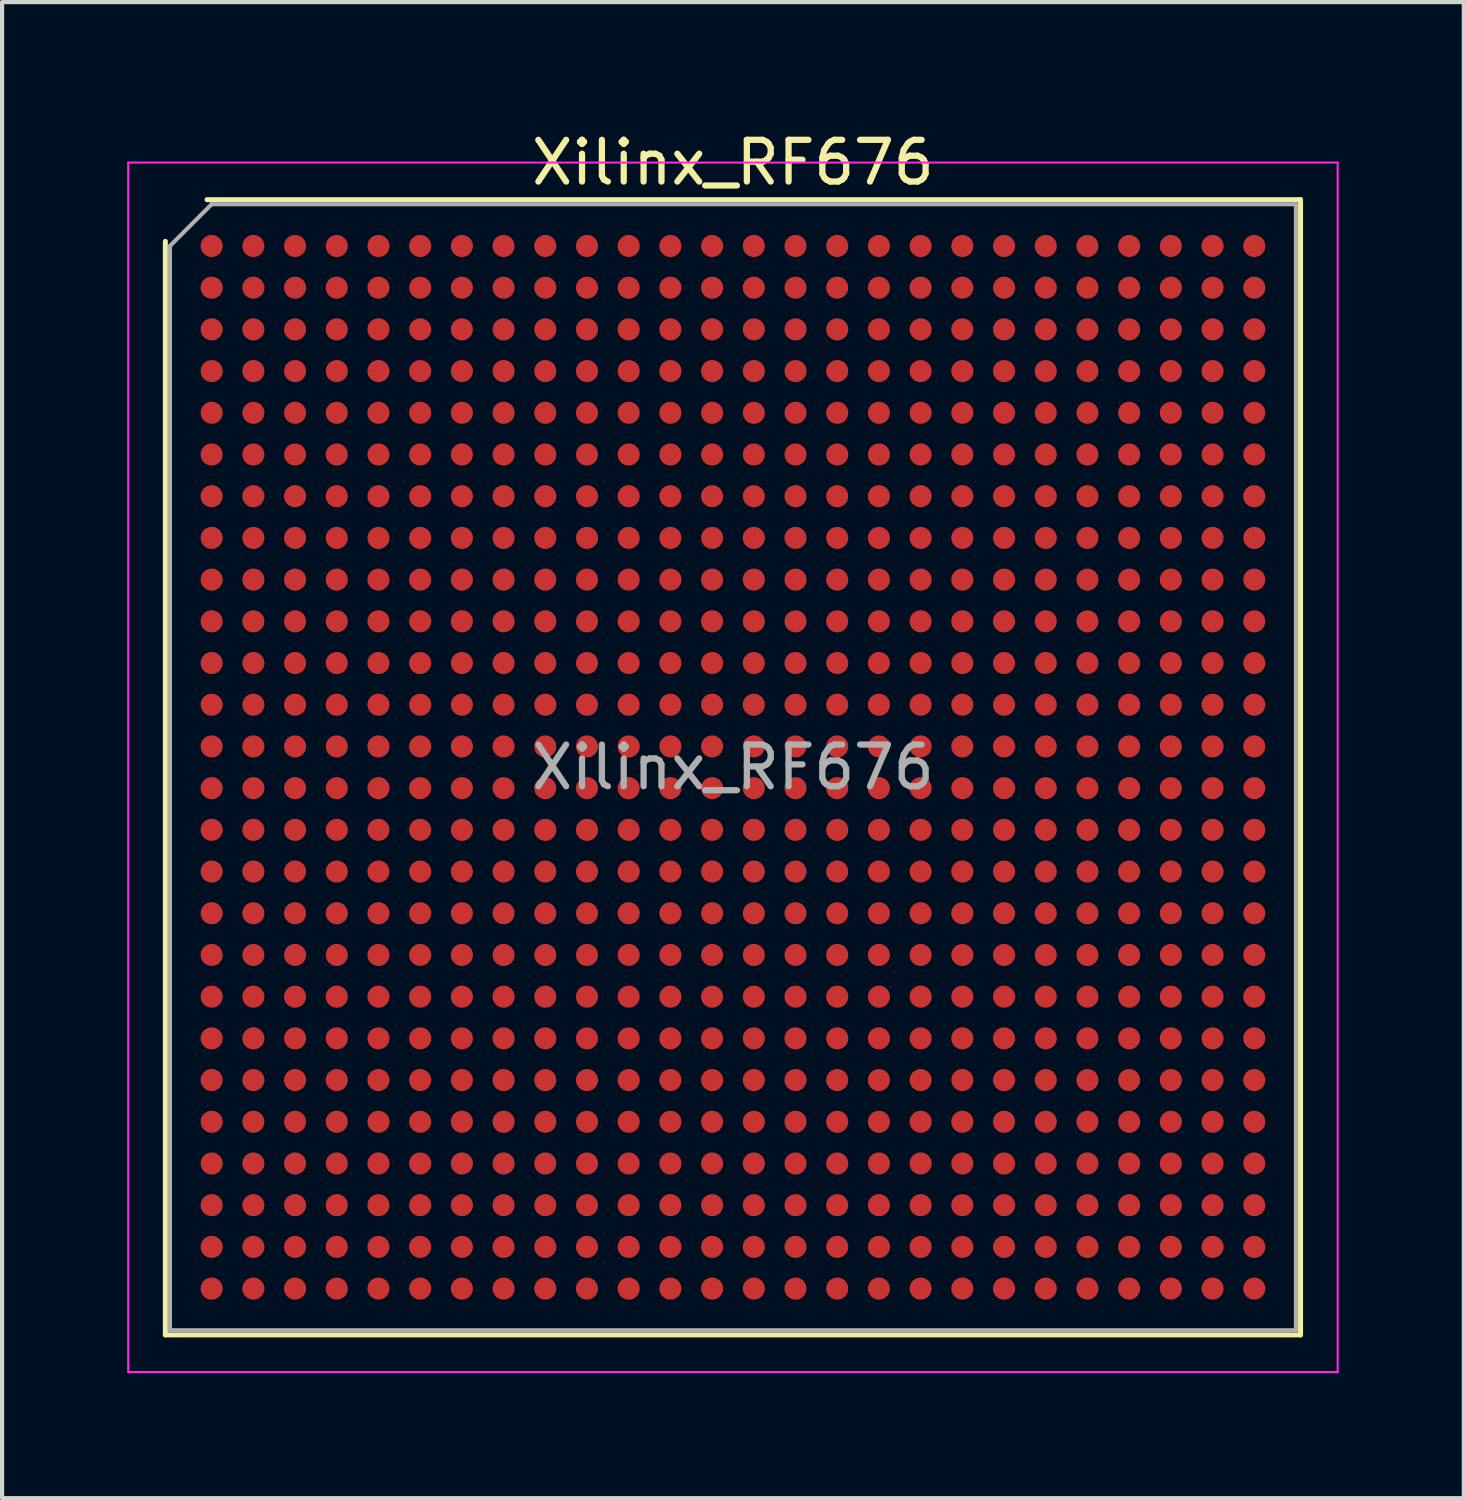
<source format=kicad_pcb>
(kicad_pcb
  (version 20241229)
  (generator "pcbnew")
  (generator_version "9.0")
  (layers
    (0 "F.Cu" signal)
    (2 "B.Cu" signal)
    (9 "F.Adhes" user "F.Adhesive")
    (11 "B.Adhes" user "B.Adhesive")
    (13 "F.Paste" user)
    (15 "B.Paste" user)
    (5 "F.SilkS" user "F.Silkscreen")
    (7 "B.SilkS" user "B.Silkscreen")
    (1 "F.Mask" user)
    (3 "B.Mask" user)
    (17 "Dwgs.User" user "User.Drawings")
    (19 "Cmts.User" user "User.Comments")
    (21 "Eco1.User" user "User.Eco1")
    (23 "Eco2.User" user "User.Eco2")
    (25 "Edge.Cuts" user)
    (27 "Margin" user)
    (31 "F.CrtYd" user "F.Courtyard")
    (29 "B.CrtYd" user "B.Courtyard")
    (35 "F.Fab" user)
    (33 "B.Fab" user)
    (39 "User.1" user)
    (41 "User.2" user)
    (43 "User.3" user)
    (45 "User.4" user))
  (footprint "Xilinx_RF676"
    (layer "F.Cu")
    (at 14.525 15.348)
    (property "Reference" "Xilinx_RF676" (at 0 -14.5 0) (layer "F.SilkS") (effects (font (size 1 1) (thickness 0.15))))
    (attr smd)
    (fp_line (start -13.61 13.61) (end -13.61 -12.61) (stroke (width 0.12) (type solid)) (layer "F.SilkS"))
    (fp_line (start -12.61 -13.61) (end 13.61 -13.61) (stroke (width 0.12) (type solid)) (layer "F.SilkS"))
    (fp_line (start 13.61 -13.61) (end 13.61 13.61) (stroke (width 0.12) (type solid)) (layer "F.SilkS"))
    (fp_line (start 13.61 13.61) (end -13.61 13.61) (stroke (width 0.12) (type solid)) (layer "F.SilkS"))
    (fp_line (start -14.5 -14.5) (end -14.5 14.5) (stroke (width 0.05) (type solid)) (layer "F.CrtYd"))
    (fp_line (start -14.5 14.5) (end 14.5 14.5) (stroke (width 0.05) (type solid)) (layer "F.CrtYd"))
    (fp_line (start 14.5 -14.5) (end -14.5 -14.5) (stroke (width 0.05) (type solid)) (layer "F.CrtYd"))
    (fp_line (start 14.5 14.5) (end 14.5 -14.5) (stroke (width 0.05) (type solid)) (layer "F.CrtYd"))
    (fp_line (start -13.5 -12.5) (end -12.5 -13.5) (stroke (width 0.1) (type solid)) (layer "F.Fab"))
    (fp_line (start -13.5 13.5) (end -13.5 -12.5) (stroke (width 0.1) (type solid)) (layer "F.Fab"))
    (fp_line (start -12.5 -13.5) (end 13.5 -13.5) (stroke (width 0.1) (type solid)) (layer "F.Fab"))
    (fp_line (start 13.5 -13.5) (end 13.5 13.5) (stroke (width 0.1) (type solid)) (layer "F.Fab"))
    (fp_line (start 13.5 13.5) (end -13.5 13.5) (stroke (width 0.1) (type solid)) (layer "F.Fab"))
    (fp_text user "${REFERENCE}" (at 0 0 0) (layer "F.Fab") (effects (font (size 1 1) (thickness 0.15))))
    (pad "A1" smd circle (at -12.5 -12.5) (size 0.53 0.53) (layers "F.Cu" "F.Mask" "F.Paste"))
    (pad "A2" smd circle (at -11.5 -12.5) (size 0.53 0.53) (layers "F.Cu" "F.Mask" "F.Paste"))
    (pad "A3" smd circle (at -10.5 -12.5) (size 0.53 0.53) (layers "F.Cu" "F.Mask" "F.Paste"))
    (pad "A4" smd circle (at -9.5 -12.5) (size 0.53 0.53) (layers "F.Cu" "F.Mask" "F.Paste"))
    (pad "A5" smd circle (at -8.5 -12.5) (size 0.53 0.53) (layers "F.Cu" "F.Mask" "F.Paste"))
    (pad "A6" smd circle (at -7.5 -12.5) (size 0.53 0.53) (layers "F.Cu" "F.Mask" "F.Paste"))
    (pad "A7" smd circle (at -6.5 -12.5) (size 0.53 0.53) (layers "F.Cu" "F.Mask" "F.Paste"))
    (pad "A8" smd circle (at -5.5 -12.5) (size 0.53 0.53) (layers "F.Cu" "F.Mask" "F.Paste"))
    (pad "A9" smd circle (at -4.5 -12.5) (size 0.53 0.53) (layers "F.Cu" "F.Mask" "F.Paste"))
    (pad "A10" smd circle (at -3.5 -12.5) (size 0.53 0.53) (layers "F.Cu" "F.Mask" "F.Paste"))
    (pad "A11" smd circle (at -2.5 -12.5) (size 0.53 0.53) (layers "F.Cu" "F.Mask" "F.Paste"))
    (pad "A12" smd circle (at -1.5 -12.5) (size 0.53 0.53) (layers "F.Cu" "F.Mask" "F.Paste"))
    (pad "A13" smd circle (at -0.5 -12.5) (size 0.53 0.53) (layers "F.Cu" "F.Mask" "F.Paste"))
    (pad "A14" smd circle (at 0.5 -12.5) (size 0.53 0.53) (layers "F.Cu" "F.Mask" "F.Paste"))
    (pad "A15" smd circle (at 1.5 -12.5) (size 0.53 0.53) (layers "F.Cu" "F.Mask" "F.Paste"))
    (pad "A16" smd circle (at 2.5 -12.5) (size 0.53 0.53) (layers "F.Cu" "F.Mask" "F.Paste"))
    (pad "A17" smd circle (at 3.5 -12.5) (size 0.53 0.53) (layers "F.Cu" "F.Mask" "F.Paste"))
    (pad "A18" smd circle (at 4.5 -12.5) (size 0.53 0.53) (layers "F.Cu" "F.Mask" "F.Paste"))
    (pad "A19" smd circle (at 5.5 -12.5) (size 0.53 0.53) (layers "F.Cu" "F.Mask" "F.Paste"))
    (pad "A20" smd circle (at 6.5 -12.5) (size 0.53 0.53) (layers "F.Cu" "F.Mask" "F.Paste"))
    (pad "A21" smd circle (at 7.5 -12.5) (size 0.53 0.53) (layers "F.Cu" "F.Mask" "F.Paste"))
    (pad "A22" smd circle (at 8.5 -12.5) (size 0.53 0.53) (layers "F.Cu" "F.Mask" "F.Paste"))
    (pad "A23" smd circle (at 9.5 -12.5) (size 0.53 0.53) (layers "F.Cu" "F.Mask" "F.Paste"))
    (pad "A24" smd circle (at 10.5 -12.5) (size 0.53 0.53) (layers "F.Cu" "F.Mask" "F.Paste"))
    (pad "A25" smd circle (at 11.5 -12.5) (size 0.53 0.53) (layers "F.Cu" "F.Mask" "F.Paste"))
    (pad "A26" smd circle (at 12.5 -12.5) (size 0.53 0.53) (layers "F.Cu" "F.Mask" "F.Paste"))
    (pad "AA1" smd circle (at -12.5 7.5) (size 0.53 0.53) (layers "F.Cu" "F.Mask" "F.Paste"))
    (pad "AA2" smd circle (at -11.5 7.5) (size 0.53 0.53) (layers "F.Cu" "F.Mask" "F.Paste"))
    (pad "AA3" smd circle (at -10.5 7.5) (size 0.53 0.53) (layers "F.Cu" "F.Mask" "F.Paste"))
    (pad "AA4" smd circle (at -9.5 7.5) (size 0.53 0.53) (layers "F.Cu" "F.Mask" "F.Paste"))
    (pad "AA5" smd circle (at -8.5 7.5) (size 0.53 0.53) (layers "F.Cu" "F.Mask" "F.Paste"))
    (pad "AA6" smd circle (at -7.5 7.5) (size 0.53 0.53) (layers "F.Cu" "F.Mask" "F.Paste"))
    (pad "AA7" smd circle (at -6.5 7.5) (size 0.53 0.53) (layers "F.Cu" "F.Mask" "F.Paste"))
    (pad "AA8" smd circle (at -5.5 7.5) (size 0.53 0.53) (layers "F.Cu" "F.Mask" "F.Paste"))
    (pad "AA9" smd circle (at -4.5 7.5) (size 0.53 0.53) (layers "F.Cu" "F.Mask" "F.Paste"))
    (pad "AA10" smd circle (at -3.5 7.5) (size 0.53 0.53) (layers "F.Cu" "F.Mask" "F.Paste"))
    (pad "AA11" smd circle (at -2.5 7.5) (size 0.53 0.53) (layers "F.Cu" "F.Mask" "F.Paste"))
    (pad "AA12" smd circle (at -1.5 7.5) (size 0.53 0.53) (layers "F.Cu" "F.Mask" "F.Paste"))
    (pad "AA13" smd circle (at -0.5 7.5) (size 0.53 0.53) (layers "F.Cu" "F.Mask" "F.Paste"))
    (pad "AA14" smd circle (at 0.5 7.5) (size 0.53 0.53) (layers "F.Cu" "F.Mask" "F.Paste"))
    (pad "AA15" smd circle (at 1.5 7.5) (size 0.53 0.53) (layers "F.Cu" "F.Mask" "F.Paste"))
    (pad "AA16" smd circle (at 2.5 7.5) (size 0.53 0.53) (layers "F.Cu" "F.Mask" "F.Paste"))
    (pad "AA17" smd circle (at 3.5 7.5) (size 0.53 0.53) (layers "F.Cu" "F.Mask" "F.Paste"))
    (pad "AA18" smd circle (at 4.5 7.5) (size 0.53 0.53) (layers "F.Cu" "F.Mask" "F.Paste"))
    (pad "AA19" smd circle (at 5.5 7.5) (size 0.53 0.53) (layers "F.Cu" "F.Mask" "F.Paste"))
    (pad "AA20" smd circle (at 6.5 7.5) (size 0.53 0.53) (layers "F.Cu" "F.Mask" "F.Paste"))
    (pad "AA21" smd circle (at 7.5 7.5) (size 0.53 0.53) (layers "F.Cu" "F.Mask" "F.Paste"))
    (pad "AA22" smd circle (at 8.5 7.5) (size 0.53 0.53) (layers "F.Cu" "F.Mask" "F.Paste"))
    (pad "AA23" smd circle (at 9.5 7.5) (size 0.53 0.53) (layers "F.Cu" "F.Mask" "F.Paste"))
    (pad "AA24" smd circle (at 10.5 7.5) (size 0.53 0.53) (layers "F.Cu" "F.Mask" "F.Paste"))
    (pad "AA25" smd circle (at 11.5 7.5) (size 0.53 0.53) (layers "F.Cu" "F.Mask" "F.Paste"))
    (pad "AA26" smd circle (at 12.5 7.5) (size 0.53 0.53) (layers "F.Cu" "F.Mask" "F.Paste"))
    (pad "AB1" smd circle (at -12.5 8.5) (size 0.53 0.53) (layers "F.Cu" "F.Mask" "F.Paste"))
    (pad "AB2" smd circle (at -11.5 8.5) (size 0.53 0.53) (layers "F.Cu" "F.Mask" "F.Paste"))
    (pad "AB3" smd circle (at -10.5 8.5) (size 0.53 0.53) (layers "F.Cu" "F.Mask" "F.Paste"))
    (pad "AB4" smd circle (at -9.5 8.5) (size 0.53 0.53) (layers "F.Cu" "F.Mask" "F.Paste"))
    (pad "AB5" smd circle (at -8.5 8.5) (size 0.53 0.53) (layers "F.Cu" "F.Mask" "F.Paste"))
    (pad "AB6" smd circle (at -7.5 8.5) (size 0.53 0.53) (layers "F.Cu" "F.Mask" "F.Paste"))
    (pad "AB7" smd circle (at -6.5 8.5) (size 0.53 0.53) (layers "F.Cu" "F.Mask" "F.Paste"))
    (pad "AB8" smd circle (at -5.5 8.5) (size 0.53 0.53) (layers "F.Cu" "F.Mask" "F.Paste"))
    (pad "AB9" smd circle (at -4.5 8.5) (size 0.53 0.53) (layers "F.Cu" "F.Mask" "F.Paste"))
    (pad "AB10" smd circle (at -3.5 8.5) (size 0.53 0.53) (layers "F.Cu" "F.Mask" "F.Paste"))
    (pad "AB11" smd circle (at -2.5 8.5) (size 0.53 0.53) (layers "F.Cu" "F.Mask" "F.Paste"))
    (pad "AB12" smd circle (at -1.5 8.5) (size 0.53 0.53) (layers "F.Cu" "F.Mask" "F.Paste"))
    (pad "AB13" smd circle (at -0.5 8.5) (size 0.53 0.53) (layers "F.Cu" "F.Mask" "F.Paste"))
    (pad "AB14" smd circle (at 0.5 8.5) (size 0.53 0.53) (layers "F.Cu" "F.Mask" "F.Paste"))
    (pad "AB15" smd circle (at 1.5 8.5) (size 0.53 0.53) (layers "F.Cu" "F.Mask" "F.Paste"))
    (pad "AB16" smd circle (at 2.5 8.5) (size 0.53 0.53) (layers "F.Cu" "F.Mask" "F.Paste"))
    (pad "AB17" smd circle (at 3.5 8.5) (size 0.53 0.53) (layers "F.Cu" "F.Mask" "F.Paste"))
    (pad "AB18" smd circle (at 4.5 8.5) (size 0.53 0.53) (layers "F.Cu" "F.Mask" "F.Paste"))
    (pad "AB19" smd circle (at 5.5 8.5) (size 0.53 0.53) (layers "F.Cu" "F.Mask" "F.Paste"))
    (pad "AB20" smd circle (at 6.5 8.5) (size 0.53 0.53) (layers "F.Cu" "F.Mask" "F.Paste"))
    (pad "AB21" smd circle (at 7.5 8.5) (size 0.53 0.53) (layers "F.Cu" "F.Mask" "F.Paste"))
    (pad "AB22" smd circle (at 8.5 8.5) (size 0.53 0.53) (layers "F.Cu" "F.Mask" "F.Paste"))
    (pad "AB23" smd circle (at 9.5 8.5) (size 0.53 0.53) (layers "F.Cu" "F.Mask" "F.Paste"))
    (pad "AB24" smd circle (at 10.5 8.5) (size 0.53 0.53) (layers "F.Cu" "F.Mask" "F.Paste"))
    (pad "AB25" smd circle (at 11.5 8.5) (size 0.53 0.53) (layers "F.Cu" "F.Mask" "F.Paste"))
    (pad "AB26" smd circle (at 12.5 8.5) (size 0.53 0.53) (layers "F.Cu" "F.Mask" "F.Paste"))
    (pad "AC1" smd circle (at -12.5 9.5) (size 0.53 0.53) (layers "F.Cu" "F.Mask" "F.Paste"))
    (pad "AC2" smd circle (at -11.5 9.5) (size 0.53 0.53) (layers "F.Cu" "F.Mask" "F.Paste"))
    (pad "AC3" smd circle (at -10.5 9.5) (size 0.53 0.53) (layers "F.Cu" "F.Mask" "F.Paste"))
    (pad "AC4" smd circle (at -9.5 9.5) (size 0.53 0.53) (layers "F.Cu" "F.Mask" "F.Paste"))
    (pad "AC5" smd circle (at -8.5 9.5) (size 0.53 0.53) (layers "F.Cu" "F.Mask" "F.Paste"))
    (pad "AC6" smd circle (at -7.5 9.5) (size 0.53 0.53) (layers "F.Cu" "F.Mask" "F.Paste"))
    (pad "AC7" smd circle (at -6.5 9.5) (size 0.53 0.53) (layers "F.Cu" "F.Mask" "F.Paste"))
    (pad "AC8" smd circle (at -5.5 9.5) (size 0.53 0.53) (layers "F.Cu" "F.Mask" "F.Paste"))
    (pad "AC9" smd circle (at -4.5 9.5) (size 0.53 0.53) (layers "F.Cu" "F.Mask" "F.Paste"))
    (pad "AC10" smd circle (at -3.5 9.5) (size 0.53 0.53) (layers "F.Cu" "F.Mask" "F.Paste"))
    (pad "AC11" smd circle (at -2.5 9.5) (size 0.53 0.53) (layers "F.Cu" "F.Mask" "F.Paste"))
    (pad "AC12" smd circle (at -1.5 9.5) (size 0.53 0.53) (layers "F.Cu" "F.Mask" "F.Paste"))
    (pad "AC13" smd circle (at -0.5 9.5) (size 0.53 0.53) (layers "F.Cu" "F.Mask" "F.Paste"))
    (pad "AC14" smd circle (at 0.5 9.5) (size 0.53 0.53) (layers "F.Cu" "F.Mask" "F.Paste"))
    (pad "AC15" smd circle (at 1.5 9.5) (size 0.53 0.53) (layers "F.Cu" "F.Mask" "F.Paste"))
    (pad "AC16" smd circle (at 2.5 9.5) (size 0.53 0.53) (layers "F.Cu" "F.Mask" "F.Paste"))
    (pad "AC17" smd circle (at 3.5 9.5) (size 0.53 0.53) (layers "F.Cu" "F.Mask" "F.Paste"))
    (pad "AC18" smd circle (at 4.5 9.5) (size 0.53 0.53) (layers "F.Cu" "F.Mask" "F.Paste"))
    (pad "AC19" smd circle (at 5.5 9.5) (size 0.53 0.53) (layers "F.Cu" "F.Mask" "F.Paste"))
    (pad "AC20" smd circle (at 6.5 9.5) (size 0.53 0.53) (layers "F.Cu" "F.Mask" "F.Paste"))
    (pad "AC21" smd circle (at 7.5 9.5) (size 0.53 0.53) (layers "F.Cu" "F.Mask" "F.Paste"))
    (pad "AC22" smd circle (at 8.5 9.5) (size 0.53 0.53) (layers "F.Cu" "F.Mask" "F.Paste"))
    (pad "AC23" smd circle (at 9.5 9.5) (size 0.53 0.53) (layers "F.Cu" "F.Mask" "F.Paste"))
    (pad "AC24" smd circle (at 10.5 9.5) (size 0.53 0.53) (layers "F.Cu" "F.Mask" "F.Paste"))
    (pad "AC25" smd circle (at 11.5 9.5) (size 0.53 0.53) (layers "F.Cu" "F.Mask" "F.Paste"))
    (pad "AC26" smd circle (at 12.5 9.5) (size 0.53 0.53) (layers "F.Cu" "F.Mask" "F.Paste"))
    (pad "AD1" smd circle (at -12.5 10.5) (size 0.53 0.53) (layers "F.Cu" "F.Mask" "F.Paste"))
    (pad "AD2" smd circle (at -11.5 10.5) (size 0.53 0.53) (layers "F.Cu" "F.Mask" "F.Paste"))
    (pad "AD3" smd circle (at -10.5 10.5) (size 0.53 0.53) (layers "F.Cu" "F.Mask" "F.Paste"))
    (pad "AD4" smd circle (at -9.5 10.5) (size 0.53 0.53) (layers "F.Cu" "F.Mask" "F.Paste"))
    (pad "AD5" smd circle (at -8.5 10.5) (size 0.53 0.53) (layers "F.Cu" "F.Mask" "F.Paste"))
    (pad "AD6" smd circle (at -7.5 10.5) (size 0.53 0.53) (layers "F.Cu" "F.Mask" "F.Paste"))
    (pad "AD7" smd circle (at -6.5 10.5) (size 0.53 0.53) (layers "F.Cu" "F.Mask" "F.Paste"))
    (pad "AD8" smd circle (at -5.5 10.5) (size 0.53 0.53) (layers "F.Cu" "F.Mask" "F.Paste"))
    (pad "AD9" smd circle (at -4.5 10.5) (size 0.53 0.53) (layers "F.Cu" "F.Mask" "F.Paste"))
    (pad "AD10" smd circle (at -3.5 10.5) (size 0.53 0.53) (layers "F.Cu" "F.Mask" "F.Paste"))
    (pad "AD11" smd circle (at -2.5 10.5) (size 0.53 0.53) (layers "F.Cu" "F.Mask" "F.Paste"))
    (pad "AD12" smd circle (at -1.5 10.5) (size 0.53 0.53) (layers "F.Cu" "F.Mask" "F.Paste"))
    (pad "AD13" smd circle (at -0.5 10.5) (size 0.53 0.53) (layers "F.Cu" "F.Mask" "F.Paste"))
    (pad "AD14" smd circle (at 0.5 10.5) (size 0.53 0.53) (layers "F.Cu" "F.Mask" "F.Paste"))
    (pad "AD15" smd circle (at 1.5 10.5) (size 0.53 0.53) (layers "F.Cu" "F.Mask" "F.Paste"))
    (pad "AD16" smd circle (at 2.5 10.5) (size 0.53 0.53) (layers "F.Cu" "F.Mask" "F.Paste"))
    (pad "AD17" smd circle (at 3.5 10.5) (size 0.53 0.53) (layers "F.Cu" "F.Mask" "F.Paste"))
    (pad "AD18" smd circle (at 4.5 10.5) (size 0.53 0.53) (layers "F.Cu" "F.Mask" "F.Paste"))
    (pad "AD19" smd circle (at 5.5 10.5) (size 0.53 0.53) (layers "F.Cu" "F.Mask" "F.Paste"))
    (pad "AD20" smd circle (at 6.5 10.5) (size 0.53 0.53) (layers "F.Cu" "F.Mask" "F.Paste"))
    (pad "AD21" smd circle (at 7.5 10.5) (size 0.53 0.53) (layers "F.Cu" "F.Mask" "F.Paste"))
    (pad "AD22" smd circle (at 8.5 10.5) (size 0.53 0.53) (layers "F.Cu" "F.Mask" "F.Paste"))
    (pad "AD23" smd circle (at 9.5 10.5) (size 0.53 0.53) (layers "F.Cu" "F.Mask" "F.Paste"))
    (pad "AD24" smd circle (at 10.5 10.5) (size 0.53 0.53) (layers "F.Cu" "F.Mask" "F.Paste"))
    (pad "AD25" smd circle (at 11.5 10.5) (size 0.53 0.53) (layers "F.Cu" "F.Mask" "F.Paste"))
    (pad "AD26" smd circle (at 12.5 10.5) (size 0.53 0.53) (layers "F.Cu" "F.Mask" "F.Paste"))
    (pad "AE1" smd circle (at -12.5 11.5) (size 0.53 0.53) (layers "F.Cu" "F.Mask" "F.Paste"))
    (pad "AE2" smd circle (at -11.5 11.5) (size 0.53 0.53) (layers "F.Cu" "F.Mask" "F.Paste"))
    (pad "AE3" smd circle (at -10.5 11.5) (size 0.53 0.53) (layers "F.Cu" "F.Mask" "F.Paste"))
    (pad "AE4" smd circle (at -9.5 11.5) (size 0.53 0.53) (layers "F.Cu" "F.Mask" "F.Paste"))
    (pad "AE5" smd circle (at -8.5 11.5) (size 0.53 0.53) (layers "F.Cu" "F.Mask" "F.Paste"))
    (pad "AE6" smd circle (at -7.5 11.5) (size 0.53 0.53) (layers "F.Cu" "F.Mask" "F.Paste"))
    (pad "AE7" smd circle (at -6.5 11.5) (size 0.53 0.53) (layers "F.Cu" "F.Mask" "F.Paste"))
    (pad "AE8" smd circle (at -5.5 11.5) (size 0.53 0.53) (layers "F.Cu" "F.Mask" "F.Paste"))
    (pad "AE9" smd circle (at -4.5 11.5) (size 0.53 0.53) (layers "F.Cu" "F.Mask" "F.Paste"))
    (pad "AE10" smd circle (at -3.5 11.5) (size 0.53 0.53) (layers "F.Cu" "F.Mask" "F.Paste"))
    (pad "AE11" smd circle (at -2.5 11.5) (size 0.53 0.53) (layers "F.Cu" "F.Mask" "F.Paste"))
    (pad "AE12" smd circle (at -1.5 11.5) (size 0.53 0.53) (layers "F.Cu" "F.Mask" "F.Paste"))
    (pad "AE13" smd circle (at -0.5 11.5) (size 0.53 0.53) (layers "F.Cu" "F.Mask" "F.Paste"))
    (pad "AE14" smd circle (at 0.5 11.5) (size 0.53 0.53) (layers "F.Cu" "F.Mask" "F.Paste"))
    (pad "AE15" smd circle (at 1.5 11.5) (size 0.53 0.53) (layers "F.Cu" "F.Mask" "F.Paste"))
    (pad "AE16" smd circle (at 2.5 11.5) (size 0.53 0.53) (layers "F.Cu" "F.Mask" "F.Paste"))
    (pad "AE17" smd circle (at 3.5 11.5) (size 0.53 0.53) (layers "F.Cu" "F.Mask" "F.Paste"))
    (pad "AE18" smd circle (at 4.5 11.5) (size 0.53 0.53) (layers "F.Cu" "F.Mask" "F.Paste"))
    (pad "AE19" smd circle (at 5.5 11.5) (size 0.53 0.53) (layers "F.Cu" "F.Mask" "F.Paste"))
    (pad "AE20" smd circle (at 6.5 11.5) (size 0.53 0.53) (layers "F.Cu" "F.Mask" "F.Paste"))
    (pad "AE21" smd circle (at 7.5 11.5) (size 0.53 0.53) (layers "F.Cu" "F.Mask" "F.Paste"))
    (pad "AE22" smd circle (at 8.5 11.5) (size 0.53 0.53) (layers "F.Cu" "F.Mask" "F.Paste"))
    (pad "AE23" smd circle (at 9.5 11.5) (size 0.53 0.53) (layers "F.Cu" "F.Mask" "F.Paste"))
    (pad "AE24" smd circle (at 10.5 11.5) (size 0.53 0.53) (layers "F.Cu" "F.Mask" "F.Paste"))
    (pad "AE25" smd circle (at 11.5 11.5) (size 0.53 0.53) (layers "F.Cu" "F.Mask" "F.Paste"))
    (pad "AE26" smd circle (at 12.5 11.5) (size 0.53 0.53) (layers "F.Cu" "F.Mask" "F.Paste"))
    (pad "AF1" smd circle (at -12.5 12.5) (size 0.53 0.53) (layers "F.Cu" "F.Mask" "F.Paste"))
    (pad "AF2" smd circle (at -11.5 12.5) (size 0.53 0.53) (layers "F.Cu" "F.Mask" "F.Paste"))
    (pad "AF3" smd circle (at -10.5 12.5) (size 0.53 0.53) (layers "F.Cu" "F.Mask" "F.Paste"))
    (pad "AF4" smd circle (at -9.5 12.5) (size 0.53 0.53) (layers "F.Cu" "F.Mask" "F.Paste"))
    (pad "AF5" smd circle (at -8.5 12.5) (size 0.53 0.53) (layers "F.Cu" "F.Mask" "F.Paste"))
    (pad "AF6" smd circle (at -7.5 12.5) (size 0.53 0.53) (layers "F.Cu" "F.Mask" "F.Paste"))
    (pad "AF7" smd circle (at -6.5 12.5) (size 0.53 0.53) (layers "F.Cu" "F.Mask" "F.Paste"))
    (pad "AF8" smd circle (at -5.5 12.5) (size 0.53 0.53) (layers "F.Cu" "F.Mask" "F.Paste"))
    (pad "AF9" smd circle (at -4.5 12.5) (size 0.53 0.53) (layers "F.Cu" "F.Mask" "F.Paste"))
    (pad "AF10" smd circle (at -3.5 12.5) (size 0.53 0.53) (layers "F.Cu" "F.Mask" "F.Paste"))
    (pad "AF11" smd circle (at -2.5 12.5) (size 0.53 0.53) (layers "F.Cu" "F.Mask" "F.Paste"))
    (pad "AF12" smd circle (at -1.5 12.5) (size 0.53 0.53) (layers "F.Cu" "F.Mask" "F.Paste"))
    (pad "AF13" smd circle (at -0.5 12.5) (size 0.53 0.53) (layers "F.Cu" "F.Mask" "F.Paste"))
    (pad "AF14" smd circle (at 0.5 12.5) (size 0.53 0.53) (layers "F.Cu" "F.Mask" "F.Paste"))
    (pad "AF15" smd circle (at 1.5 12.5) (size 0.53 0.53) (layers "F.Cu" "F.Mask" "F.Paste"))
    (pad "AF16" smd circle (at 2.5 12.5) (size 0.53 0.53) (layers "F.Cu" "F.Mask" "F.Paste"))
    (pad "AF17" smd circle (at 3.5 12.5) (size 0.53 0.53) (layers "F.Cu" "F.Mask" "F.Paste"))
    (pad "AF18" smd circle (at 4.5 12.5) (size 0.53 0.53) (layers "F.Cu" "F.Mask" "F.Paste"))
    (pad "AF19" smd circle (at 5.5 12.5) (size 0.53 0.53) (layers "F.Cu" "F.Mask" "F.Paste"))
    (pad "AF20" smd circle (at 6.5 12.5) (size 0.53 0.53) (layers "F.Cu" "F.Mask" "F.Paste"))
    (pad "AF21" smd circle (at 7.5 12.5) (size 0.53 0.53) (layers "F.Cu" "F.Mask" "F.Paste"))
    (pad "AF22" smd circle (at 8.5 12.5) (size 0.53 0.53) (layers "F.Cu" "F.Mask" "F.Paste"))
    (pad "AF23" smd circle (at 9.5 12.5) (size 0.53 0.53) (layers "F.Cu" "F.Mask" "F.Paste"))
    (pad "AF24" smd circle (at 10.5 12.5) (size 0.53 0.53) (layers "F.Cu" "F.Mask" "F.Paste"))
    (pad "AF25" smd circle (at 11.5 12.5) (size 0.53 0.53) (layers "F.Cu" "F.Mask" "F.Paste"))
    (pad "AF26" smd circle (at 12.5 12.5) (size 0.53 0.53) (layers "F.Cu" "F.Mask" "F.Paste"))
    (pad "B1" smd circle (at -12.5 -11.5) (size 0.53 0.53) (layers "F.Cu" "F.Mask" "F.Paste"))
    (pad "B2" smd circle (at -11.5 -11.5) (size 0.53 0.53) (layers "F.Cu" "F.Mask" "F.Paste"))
    (pad "B3" smd circle (at -10.5 -11.5) (size 0.53 0.53) (layers "F.Cu" "F.Mask" "F.Paste"))
    (pad "B4" smd circle (at -9.5 -11.5) (size 0.53 0.53) (layers "F.Cu" "F.Mask" "F.Paste"))
    (pad "B5" smd circle (at -8.5 -11.5) (size 0.53 0.53) (layers "F.Cu" "F.Mask" "F.Paste"))
    (pad "B6" smd circle (at -7.5 -11.5) (size 0.53 0.53) (layers "F.Cu" "F.Mask" "F.Paste"))
    (pad "B7" smd circle (at -6.5 -11.5) (size 0.53 0.53) (layers "F.Cu" "F.Mask" "F.Paste"))
    (pad "B8" smd circle (at -5.5 -11.5) (size 0.53 0.53) (layers "F.Cu" "F.Mask" "F.Paste"))
    (pad "B9" smd circle (at -4.5 -11.5) (size 0.53 0.53) (layers "F.Cu" "F.Mask" "F.Paste"))
    (pad "B10" smd circle (at -3.5 -11.5) (size 0.53 0.53) (layers "F.Cu" "F.Mask" "F.Paste"))
    (pad "B11" smd circle (at -2.5 -11.5) (size 0.53 0.53) (layers "F.Cu" "F.Mask" "F.Paste"))
    (pad "B12" smd circle (at -1.5 -11.5) (size 0.53 0.53) (layers "F.Cu" "F.Mask" "F.Paste"))
    (pad "B13" smd circle (at -0.5 -11.5) (size 0.53 0.53) (layers "F.Cu" "F.Mask" "F.Paste"))
    (pad "B14" smd circle (at 0.5 -11.5) (size 0.53 0.53) (layers "F.Cu" "F.Mask" "F.Paste"))
    (pad "B15" smd circle (at 1.5 -11.5) (size 0.53 0.53) (layers "F.Cu" "F.Mask" "F.Paste"))
    (pad "B16" smd circle (at 2.5 -11.5) (size 0.53 0.53) (layers "F.Cu" "F.Mask" "F.Paste"))
    (pad "B17" smd circle (at 3.5 -11.5) (size 0.53 0.53) (layers "F.Cu" "F.Mask" "F.Paste"))
    (pad "B18" smd circle (at 4.5 -11.5) (size 0.53 0.53) (layers "F.Cu" "F.Mask" "F.Paste"))
    (pad "B19" smd circle (at 5.5 -11.5) (size 0.53 0.53) (layers "F.Cu" "F.Mask" "F.Paste"))
    (pad "B20" smd circle (at 6.5 -11.5) (size 0.53 0.53) (layers "F.Cu" "F.Mask" "F.Paste"))
    (pad "B21" smd circle (at 7.5 -11.5) (size 0.53 0.53) (layers "F.Cu" "F.Mask" "F.Paste"))
    (pad "B22" smd circle (at 8.5 -11.5) (size 0.53 0.53) (layers "F.Cu" "F.Mask" "F.Paste"))
    (pad "B23" smd circle (at 9.5 -11.5) (size 0.53 0.53) (layers "F.Cu" "F.Mask" "F.Paste"))
    (pad "B24" smd circle (at 10.5 -11.5) (size 0.53 0.53) (layers "F.Cu" "F.Mask" "F.Paste"))
    (pad "B25" smd circle (at 11.5 -11.5) (size 0.53 0.53) (layers "F.Cu" "F.Mask" "F.Paste"))
    (pad "B26" smd circle (at 12.5 -11.5) (size 0.53 0.53) (layers "F.Cu" "F.Mask" "F.Paste"))
    (pad "C1" smd circle (at -12.5 -10.5) (size 0.53 0.53) (layers "F.Cu" "F.Mask" "F.Paste"))
    (pad "C2" smd circle (at -11.5 -10.5) (size 0.53 0.53) (layers "F.Cu" "F.Mask" "F.Paste"))
    (pad "C3" smd circle (at -10.5 -10.5) (size 0.53 0.53) (layers "F.Cu" "F.Mask" "F.Paste"))
    (pad "C4" smd circle (at -9.5 -10.5) (size 0.53 0.53) (layers "F.Cu" "F.Mask" "F.Paste"))
    (pad "C5" smd circle (at -8.5 -10.5) (size 0.53 0.53) (layers "F.Cu" "F.Mask" "F.Paste"))
    (pad "C6" smd circle (at -7.5 -10.5) (size 0.53 0.53) (layers "F.Cu" "F.Mask" "F.Paste"))
    (pad "C7" smd circle (at -6.5 -10.5) (size 0.53 0.53) (layers "F.Cu" "F.Mask" "F.Paste"))
    (pad "C8" smd circle (at -5.5 -10.5) (size 0.53 0.53) (layers "F.Cu" "F.Mask" "F.Paste"))
    (pad "C9" smd circle (at -4.5 -10.5) (size 0.53 0.53) (layers "F.Cu" "F.Mask" "F.Paste"))
    (pad "C10" smd circle (at -3.5 -10.5) (size 0.53 0.53) (layers "F.Cu" "F.Mask" "F.Paste"))
    (pad "C11" smd circle (at -2.5 -10.5) (size 0.53 0.53) (layers "F.Cu" "F.Mask" "F.Paste"))
    (pad "C12" smd circle (at -1.5 -10.5) (size 0.53 0.53) (layers "F.Cu" "F.Mask" "F.Paste"))
    (pad "C13" smd circle (at -0.5 -10.5) (size 0.53 0.53) (layers "F.Cu" "F.Mask" "F.Paste"))
    (pad "C14" smd circle (at 0.5 -10.5) (size 0.53 0.53) (layers "F.Cu" "F.Mask" "F.Paste"))
    (pad "C15" smd circle (at 1.5 -10.5) (size 0.53 0.53) (layers "F.Cu" "F.Mask" "F.Paste"))
    (pad "C16" smd circle (at 2.5 -10.5) (size 0.53 0.53) (layers "F.Cu" "F.Mask" "F.Paste"))
    (pad "C17" smd circle (at 3.5 -10.5) (size 0.53 0.53) (layers "F.Cu" "F.Mask" "F.Paste"))
    (pad "C18" smd circle (at 4.5 -10.5) (size 0.53 0.53) (layers "F.Cu" "F.Mask" "F.Paste"))
    (pad "C19" smd circle (at 5.5 -10.5) (size 0.53 0.53) (layers "F.Cu" "F.Mask" "F.Paste"))
    (pad "C20" smd circle (at 6.5 -10.5) (size 0.53 0.53) (layers "F.Cu" "F.Mask" "F.Paste"))
    (pad "C21" smd circle (at 7.5 -10.5) (size 0.53 0.53) (layers "F.Cu" "F.Mask" "F.Paste"))
    (pad "C22" smd circle (at 8.5 -10.5) (size 0.53 0.53) (layers "F.Cu" "F.Mask" "F.Paste"))
    (pad "C23" smd circle (at 9.5 -10.5) (size 0.53 0.53) (layers "F.Cu" "F.Mask" "F.Paste"))
    (pad "C24" smd circle (at 10.5 -10.5) (size 0.53 0.53) (layers "F.Cu" "F.Mask" "F.Paste"))
    (pad "C25" smd circle (at 11.5 -10.5) (size 0.53 0.53) (layers "F.Cu" "F.Mask" "F.Paste"))
    (pad "C26" smd circle (at 12.5 -10.5) (size 0.53 0.53) (layers "F.Cu" "F.Mask" "F.Paste"))
    (pad "D1" smd circle (at -12.5 -9.5) (size 0.53 0.53) (layers "F.Cu" "F.Mask" "F.Paste"))
    (pad "D2" smd circle (at -11.5 -9.5) (size 0.53 0.53) (layers "F.Cu" "F.Mask" "F.Paste"))
    (pad "D3" smd circle (at -10.5 -9.5) (size 0.53 0.53) (layers "F.Cu" "F.Mask" "F.Paste"))
    (pad "D4" smd circle (at -9.5 -9.5) (size 0.53 0.53) (layers "F.Cu" "F.Mask" "F.Paste"))
    (pad "D5" smd circle (at -8.5 -9.5) (size 0.53 0.53) (layers "F.Cu" "F.Mask" "F.Paste"))
    (pad "D6" smd circle (at -7.5 -9.5) (size 0.53 0.53) (layers "F.Cu" "F.Mask" "F.Paste"))
    (pad "D7" smd circle (at -6.5 -9.5) (size 0.53 0.53) (layers "F.Cu" "F.Mask" "F.Paste"))
    (pad "D8" smd circle (at -5.5 -9.5) (size 0.53 0.53) (layers "F.Cu" "F.Mask" "F.Paste"))
    (pad "D9" smd circle (at -4.5 -9.5) (size 0.53 0.53) (layers "F.Cu" "F.Mask" "F.Paste"))
    (pad "D10" smd circle (at -3.5 -9.5) (size 0.53 0.53) (layers "F.Cu" "F.Mask" "F.Paste"))
    (pad "D11" smd circle (at -2.5 -9.5) (size 0.53 0.53) (layers "F.Cu" "F.Mask" "F.Paste"))
    (pad "D12" smd circle (at -1.5 -9.5) (size 0.53 0.53) (layers "F.Cu" "F.Mask" "F.Paste"))
    (pad "D13" smd circle (at -0.5 -9.5) (size 0.53 0.53) (layers "F.Cu" "F.Mask" "F.Paste"))
    (pad "D14" smd circle (at 0.5 -9.5) (size 0.53 0.53) (layers "F.Cu" "F.Mask" "F.Paste"))
    (pad "D15" smd circle (at 1.5 -9.5) (size 0.53 0.53) (layers "F.Cu" "F.Mask" "F.Paste"))
    (pad "D16" smd circle (at 2.5 -9.5) (size 0.53 0.53) (layers "F.Cu" "F.Mask" "F.Paste"))
    (pad "D17" smd circle (at 3.5 -9.5) (size 0.53 0.53) (layers "F.Cu" "F.Mask" "F.Paste"))
    (pad "D18" smd circle (at 4.5 -9.5) (size 0.53 0.53) (layers "F.Cu" "F.Mask" "F.Paste"))
    (pad "D19" smd circle (at 5.5 -9.5) (size 0.53 0.53) (layers "F.Cu" "F.Mask" "F.Paste"))
    (pad "D20" smd circle (at 6.5 -9.5) (size 0.53 0.53) (layers "F.Cu" "F.Mask" "F.Paste"))
    (pad "D21" smd circle (at 7.5 -9.5) (size 0.53 0.53) (layers "F.Cu" "F.Mask" "F.Paste"))
    (pad "D22" smd circle (at 8.5 -9.5) (size 0.53 0.53) (layers "F.Cu" "F.Mask" "F.Paste"))
    (pad "D23" smd circle (at 9.5 -9.5) (size 0.53 0.53) (layers "F.Cu" "F.Mask" "F.Paste"))
    (pad "D24" smd circle (at 10.5 -9.5) (size 0.53 0.53) (layers "F.Cu" "F.Mask" "F.Paste"))
    (pad "D25" smd circle (at 11.5 -9.5) (size 0.53 0.53) (layers "F.Cu" "F.Mask" "F.Paste"))
    (pad "D26" smd circle (at 12.5 -9.5) (size 0.53 0.53) (layers "F.Cu" "F.Mask" "F.Paste"))
    (pad "E1" smd circle (at -12.5 -8.5) (size 0.53 0.53) (layers "F.Cu" "F.Mask" "F.Paste"))
    (pad "E2" smd circle (at -11.5 -8.5) (size 0.53 0.53) (layers "F.Cu" "F.Mask" "F.Paste"))
    (pad "E3" smd circle (at -10.5 -8.5) (size 0.53 0.53) (layers "F.Cu" "F.Mask" "F.Paste"))
    (pad "E4" smd circle (at -9.5 -8.5) (size 0.53 0.53) (layers "F.Cu" "F.Mask" "F.Paste"))
    (pad "E5" smd circle (at -8.5 -8.5) (size 0.53 0.53) (layers "F.Cu" "F.Mask" "F.Paste"))
    (pad "E6" smd circle (at -7.5 -8.5) (size 0.53 0.53) (layers "F.Cu" "F.Mask" "F.Paste"))
    (pad "E7" smd circle (at -6.5 -8.5) (size 0.53 0.53) (layers "F.Cu" "F.Mask" "F.Paste"))
    (pad "E8" smd circle (at -5.5 -8.5) (size 0.53 0.53) (layers "F.Cu" "F.Mask" "F.Paste"))
    (pad "E9" smd circle (at -4.5 -8.5) (size 0.53 0.53) (layers "F.Cu" "F.Mask" "F.Paste"))
    (pad "E10" smd circle (at -3.5 -8.5) (size 0.53 0.53) (layers "F.Cu" "F.Mask" "F.Paste"))
    (pad "E11" smd circle (at -2.5 -8.5) (size 0.53 0.53) (layers "F.Cu" "F.Mask" "F.Paste"))
    (pad "E12" smd circle (at -1.5 -8.5) (size 0.53 0.53) (layers "F.Cu" "F.Mask" "F.Paste"))
    (pad "E13" smd circle (at -0.5 -8.5) (size 0.53 0.53) (layers "F.Cu" "F.Mask" "F.Paste"))
    (pad "E14" smd circle (at 0.5 -8.5) (size 0.53 0.53) (layers "F.Cu" "F.Mask" "F.Paste"))
    (pad "E15" smd circle (at 1.5 -8.5) (size 0.53 0.53) (layers "F.Cu" "F.Mask" "F.Paste"))
    (pad "E16" smd circle (at 2.5 -8.5) (size 0.53 0.53) (layers "F.Cu" "F.Mask" "F.Paste"))
    (pad "E17" smd circle (at 3.5 -8.5) (size 0.53 0.53) (layers "F.Cu" "F.Mask" "F.Paste"))
    (pad "E18" smd circle (at 4.5 -8.5) (size 0.53 0.53) (layers "F.Cu" "F.Mask" "F.Paste"))
    (pad "E19" smd circle (at 5.5 -8.5) (size 0.53 0.53) (layers "F.Cu" "F.Mask" "F.Paste"))
    (pad "E20" smd circle (at 6.5 -8.5) (size 0.53 0.53) (layers "F.Cu" "F.Mask" "F.Paste"))
    (pad "E21" smd circle (at 7.5 -8.5) (size 0.53 0.53) (layers "F.Cu" "F.Mask" "F.Paste"))
    (pad "E22" smd circle (at 8.5 -8.5) (size 0.53 0.53) (layers "F.Cu" "F.Mask" "F.Paste"))
    (pad "E23" smd circle (at 9.5 -8.5) (size 0.53 0.53) (layers "F.Cu" "F.Mask" "F.Paste"))
    (pad "E24" smd circle (at 10.5 -8.5) (size 0.53 0.53) (layers "F.Cu" "F.Mask" "F.Paste"))
    (pad "E25" smd circle (at 11.5 -8.5) (size 0.53 0.53) (layers "F.Cu" "F.Mask" "F.Paste"))
    (pad "E26" smd circle (at 12.5 -8.5) (size 0.53 0.53) (layers "F.Cu" "F.Mask" "F.Paste"))
    (pad "F1" smd circle (at -12.5 -7.5) (size 0.53 0.53) (layers "F.Cu" "F.Mask" "F.Paste"))
    (pad "F2" smd circle (at -11.5 -7.5) (size 0.53 0.53) (layers "F.Cu" "F.Mask" "F.Paste"))
    (pad "F3" smd circle (at -10.5 -7.5) (size 0.53 0.53) (layers "F.Cu" "F.Mask" "F.Paste"))
    (pad "F4" smd circle (at -9.5 -7.5) (size 0.53 0.53) (layers "F.Cu" "F.Mask" "F.Paste"))
    (pad "F5" smd circle (at -8.5 -7.5) (size 0.53 0.53) (layers "F.Cu" "F.Mask" "F.Paste"))
    (pad "F6" smd circle (at -7.5 -7.5) (size 0.53 0.53) (layers "F.Cu" "F.Mask" "F.Paste"))
    (pad "F7" smd circle (at -6.5 -7.5) (size 0.53 0.53) (layers "F.Cu" "F.Mask" "F.Paste"))
    (pad "F8" smd circle (at -5.5 -7.5) (size 0.53 0.53) (layers "F.Cu" "F.Mask" "F.Paste"))
    (pad "F9" smd circle (at -4.5 -7.5) (size 0.53 0.53) (layers "F.Cu" "F.Mask" "F.Paste"))
    (pad "F10" smd circle (at -3.5 -7.5) (size 0.53 0.53) (layers "F.Cu" "F.Mask" "F.Paste"))
    (pad "F11" smd circle (at -2.5 -7.5) (size 0.53 0.53) (layers "F.Cu" "F.Mask" "F.Paste"))
    (pad "F12" smd circle (at -1.5 -7.5) (size 0.53 0.53) (layers "F.Cu" "F.Mask" "F.Paste"))
    (pad "F13" smd circle (at -0.5 -7.5) (size 0.53 0.53) (layers "F.Cu" "F.Mask" "F.Paste"))
    (pad "F14" smd circle (at 0.5 -7.5) (size 0.53 0.53) (layers "F.Cu" "F.Mask" "F.Paste"))
    (pad "F15" smd circle (at 1.5 -7.5) (size 0.53 0.53) (layers "F.Cu" "F.Mask" "F.Paste"))
    (pad "F16" smd circle (at 2.5 -7.5) (size 0.53 0.53) (layers "F.Cu" "F.Mask" "F.Paste"))
    (pad "F17" smd circle (at 3.5 -7.5) (size 0.53 0.53) (layers "F.Cu" "F.Mask" "F.Paste"))
    (pad "F18" smd circle (at 4.5 -7.5) (size 0.53 0.53) (layers "F.Cu" "F.Mask" "F.Paste"))
    (pad "F19" smd circle (at 5.5 -7.5) (size 0.53 0.53) (layers "F.Cu" "F.Mask" "F.Paste"))
    (pad "F20" smd circle (at 6.5 -7.5) (size 0.53 0.53) (layers "F.Cu" "F.Mask" "F.Paste"))
    (pad "F21" smd circle (at 7.5 -7.5) (size 0.53 0.53) (layers "F.Cu" "F.Mask" "F.Paste"))
    (pad "F22" smd circle (at 8.5 -7.5) (size 0.53 0.53) (layers "F.Cu" "F.Mask" "F.Paste"))
    (pad "F23" smd circle (at 9.5 -7.5) (size 0.53 0.53) (layers "F.Cu" "F.Mask" "F.Paste"))
    (pad "F24" smd circle (at 10.5 -7.5) (size 0.53 0.53) (layers "F.Cu" "F.Mask" "F.Paste"))
    (pad "F25" smd circle (at 11.5 -7.5) (size 0.53 0.53) (layers "F.Cu" "F.Mask" "F.Paste"))
    (pad "F26" smd circle (at 12.5 -7.5) (size 0.53 0.53) (layers "F.Cu" "F.Mask" "F.Paste"))
    (pad "G1" smd circle (at -12.5 -6.5) (size 0.53 0.53) (layers "F.Cu" "F.Mask" "F.Paste"))
    (pad "G2" smd circle (at -11.5 -6.5) (size 0.53 0.53) (layers "F.Cu" "F.Mask" "F.Paste"))
    (pad "G3" smd circle (at -10.5 -6.5) (size 0.53 0.53) (layers "F.Cu" "F.Mask" "F.Paste"))
    (pad "G4" smd circle (at -9.5 -6.5) (size 0.53 0.53) (layers "F.Cu" "F.Mask" "F.Paste"))
    (pad "G5" smd circle (at -8.5 -6.5) (size 0.53 0.53) (layers "F.Cu" "F.Mask" "F.Paste"))
    (pad "G6" smd circle (at -7.5 -6.5) (size 0.53 0.53) (layers "F.Cu" "F.Mask" "F.Paste"))
    (pad "G7" smd circle (at -6.5 -6.5) (size 0.53 0.53) (layers "F.Cu" "F.Mask" "F.Paste"))
    (pad "G8" smd circle (at -5.5 -6.5) (size 0.53 0.53) (layers "F.Cu" "F.Mask" "F.Paste"))
    (pad "G9" smd circle (at -4.5 -6.5) (size 0.53 0.53) (layers "F.Cu" "F.Mask" "F.Paste"))
    (pad "G10" smd circle (at -3.5 -6.5) (size 0.53 0.53) (layers "F.Cu" "F.Mask" "F.Paste"))
    (pad "G11" smd circle (at -2.5 -6.5) (size 0.53 0.53) (layers "F.Cu" "F.Mask" "F.Paste"))
    (pad "G12" smd circle (at -1.5 -6.5) (size 0.53 0.53) (layers "F.Cu" "F.Mask" "F.Paste"))
    (pad "G13" smd circle (at -0.5 -6.5) (size 0.53 0.53) (layers "F.Cu" "F.Mask" "F.Paste"))
    (pad "G14" smd circle (at 0.5 -6.5) (size 0.53 0.53) (layers "F.Cu" "F.Mask" "F.Paste"))
    (pad "G15" smd circle (at 1.5 -6.5) (size 0.53 0.53) (layers "F.Cu" "F.Mask" "F.Paste"))
    (pad "G16" smd circle (at 2.5 -6.5) (size 0.53 0.53) (layers "F.Cu" "F.Mask" "F.Paste"))
    (pad "G17" smd circle (at 3.5 -6.5) (size 0.53 0.53) (layers "F.Cu" "F.Mask" "F.Paste"))
    (pad "G18" smd circle (at 4.5 -6.5) (size 0.53 0.53) (layers "F.Cu" "F.Mask" "F.Paste"))
    (pad "G19" smd circle (at 5.5 -6.5) (size 0.53 0.53) (layers "F.Cu" "F.Mask" "F.Paste"))
    (pad "G20" smd circle (at 6.5 -6.5) (size 0.53 0.53) (layers "F.Cu" "F.Mask" "F.Paste"))
    (pad "G21" smd circle (at 7.5 -6.5) (size 0.53 0.53) (layers "F.Cu" "F.Mask" "F.Paste"))
    (pad "G22" smd circle (at 8.5 -6.5) (size 0.53 0.53) (layers "F.Cu" "F.Mask" "F.Paste"))
    (pad "G23" smd circle (at 9.5 -6.5) (size 0.53 0.53) (layers "F.Cu" "F.Mask" "F.Paste"))
    (pad "G24" smd circle (at 10.5 -6.5) (size 0.53 0.53) (layers "F.Cu" "F.Mask" "F.Paste"))
    (pad "G25" smd circle (at 11.5 -6.5) (size 0.53 0.53) (layers "F.Cu" "F.Mask" "F.Paste"))
    (pad "G26" smd circle (at 12.5 -6.5) (size 0.53 0.53) (layers "F.Cu" "F.Mask" "F.Paste"))
    (pad "H1" smd circle (at -12.5 -5.5) (size 0.53 0.53) (layers "F.Cu" "F.Mask" "F.Paste"))
    (pad "H2" smd circle (at -11.5 -5.5) (size 0.53 0.53) (layers "F.Cu" "F.Mask" "F.Paste"))
    (pad "H3" smd circle (at -10.5 -5.5) (size 0.53 0.53) (layers "F.Cu" "F.Mask" "F.Paste"))
    (pad "H4" smd circle (at -9.5 -5.5) (size 0.53 0.53) (layers "F.Cu" "F.Mask" "F.Paste"))
    (pad "H5" smd circle (at -8.5 -5.5) (size 0.53 0.53) (layers "F.Cu" "F.Mask" "F.Paste"))
    (pad "H6" smd circle (at -7.5 -5.5) (size 0.53 0.53) (layers "F.Cu" "F.Mask" "F.Paste"))
    (pad "H7" smd circle (at -6.5 -5.5) (size 0.53 0.53) (layers "F.Cu" "F.Mask" "F.Paste"))
    (pad "H8" smd circle (at -5.5 -5.5) (size 0.53 0.53) (layers "F.Cu" "F.Mask" "F.Paste"))
    (pad "H9" smd circle (at -4.5 -5.5) (size 0.53 0.53) (layers "F.Cu" "F.Mask" "F.Paste"))
    (pad "H10" smd circle (at -3.5 -5.5) (size 0.53 0.53) (layers "F.Cu" "F.Mask" "F.Paste"))
    (pad "H11" smd circle (at -2.5 -5.5) (size 0.53 0.53) (layers "F.Cu" "F.Mask" "F.Paste"))
    (pad "H12" smd circle (at -1.5 -5.5) (size 0.53 0.53) (layers "F.Cu" "F.Mask" "F.Paste"))
    (pad "H13" smd circle (at -0.5 -5.5) (size 0.53 0.53) (layers "F.Cu" "F.Mask" "F.Paste"))
    (pad "H14" smd circle (at 0.5 -5.5) (size 0.53 0.53) (layers "F.Cu" "F.Mask" "F.Paste"))
    (pad "H15" smd circle (at 1.5 -5.5) (size 0.53 0.53) (layers "F.Cu" "F.Mask" "F.Paste"))
    (pad "H16" smd circle (at 2.5 -5.5) (size 0.53 0.53) (layers "F.Cu" "F.Mask" "F.Paste"))
    (pad "H17" smd circle (at 3.5 -5.5) (size 0.53 0.53) (layers "F.Cu" "F.Mask" "F.Paste"))
    (pad "H18" smd circle (at 4.5 -5.5) (size 0.53 0.53) (layers "F.Cu" "F.Mask" "F.Paste"))
    (pad "H19" smd circle (at 5.5 -5.5) (size 0.53 0.53) (layers "F.Cu" "F.Mask" "F.Paste"))
    (pad "H20" smd circle (at 6.5 -5.5) (size 0.53 0.53) (layers "F.Cu" "F.Mask" "F.Paste"))
    (pad "H21" smd circle (at 7.5 -5.5) (size 0.53 0.53) (layers "F.Cu" "F.Mask" "F.Paste"))
    (pad "H22" smd circle (at 8.5 -5.5) (size 0.53 0.53) (layers "F.Cu" "F.Mask" "F.Paste"))
    (pad "H23" smd circle (at 9.5 -5.5) (size 0.53 0.53) (layers "F.Cu" "F.Mask" "F.Paste"))
    (pad "H24" smd circle (at 10.5 -5.5) (size 0.53 0.53) (layers "F.Cu" "F.Mask" "F.Paste"))
    (pad "H25" smd circle (at 11.5 -5.5) (size 0.53 0.53) (layers "F.Cu" "F.Mask" "F.Paste"))
    (pad "H26" smd circle (at 12.5 -5.5) (size 0.53 0.53) (layers "F.Cu" "F.Mask" "F.Paste"))
    (pad "J1" smd circle (at -12.5 -4.5) (size 0.53 0.53) (layers "F.Cu" "F.Mask" "F.Paste"))
    (pad "J2" smd circle (at -11.5 -4.5) (size 0.53 0.53) (layers "F.Cu" "F.Mask" "F.Paste"))
    (pad "J3" smd circle (at -10.5 -4.5) (size 0.53 0.53) (layers "F.Cu" "F.Mask" "F.Paste"))
    (pad "J4" smd circle (at -9.5 -4.5) (size 0.53 0.53) (layers "F.Cu" "F.Mask" "F.Paste"))
    (pad "J5" smd circle (at -8.5 -4.5) (size 0.53 0.53) (layers "F.Cu" "F.Mask" "F.Paste"))
    (pad "J6" smd circle (at -7.5 -4.5) (size 0.53 0.53) (layers "F.Cu" "F.Mask" "F.Paste"))
    (pad "J7" smd circle (at -6.5 -4.5) (size 0.53 0.53) (layers "F.Cu" "F.Mask" "F.Paste"))
    (pad "J8" smd circle (at -5.5 -4.5) (size 0.53 0.53) (layers "F.Cu" "F.Mask" "F.Paste"))
    (pad "J9" smd circle (at -4.5 -4.5) (size 0.53 0.53) (layers "F.Cu" "F.Mask" "F.Paste"))
    (pad "J10" smd circle (at -3.5 -4.5) (size 0.53 0.53) (layers "F.Cu" "F.Mask" "F.Paste"))
    (pad "J11" smd circle (at -2.5 -4.5) (size 0.53 0.53) (layers "F.Cu" "F.Mask" "F.Paste"))
    (pad "J12" smd circle (at -1.5 -4.5) (size 0.53 0.53) (layers "F.Cu" "F.Mask" "F.Paste"))
    (pad "J13" smd circle (at -0.5 -4.5) (size 0.53 0.53) (layers "F.Cu" "F.Mask" "F.Paste"))
    (pad "J14" smd circle (at 0.5 -4.5) (size 0.53 0.53) (layers "F.Cu" "F.Mask" "F.Paste"))
    (pad "J15" smd circle (at 1.5 -4.5) (size 0.53 0.53) (layers "F.Cu" "F.Mask" "F.Paste"))
    (pad "J16" smd circle (at 2.5 -4.5) (size 0.53 0.53) (layers "F.Cu" "F.Mask" "F.Paste"))
    (pad "J17" smd circle (at 3.5 -4.5) (size 0.53 0.53) (layers "F.Cu" "F.Mask" "F.Paste"))
    (pad "J18" smd circle (at 4.5 -4.5) (size 0.53 0.53) (layers "F.Cu" "F.Mask" "F.Paste"))
    (pad "J19" smd circle (at 5.5 -4.5) (size 0.53 0.53) (layers "F.Cu" "F.Mask" "F.Paste"))
    (pad "J20" smd circle (at 6.5 -4.5) (size 0.53 0.53) (layers "F.Cu" "F.Mask" "F.Paste"))
    (pad "J21" smd circle (at 7.5 -4.5) (size 0.53 0.53) (layers "F.Cu" "F.Mask" "F.Paste"))
    (pad "J22" smd circle (at 8.5 -4.5) (size 0.53 0.53) (layers "F.Cu" "F.Mask" "F.Paste"))
    (pad "J23" smd circle (at 9.5 -4.5) (size 0.53 0.53) (layers "F.Cu" "F.Mask" "F.Paste"))
    (pad "J24" smd circle (at 10.5 -4.5) (size 0.53 0.53) (layers "F.Cu" "F.Mask" "F.Paste"))
    (pad "J25" smd circle (at 11.5 -4.5) (size 0.53 0.53) (layers "F.Cu" "F.Mask" "F.Paste"))
    (pad "J26" smd circle (at 12.5 -4.5) (size 0.53 0.53) (layers "F.Cu" "F.Mask" "F.Paste"))
    (pad "K1" smd circle (at -12.5 -3.5) (size 0.53 0.53) (layers "F.Cu" "F.Mask" "F.Paste"))
    (pad "K2" smd circle (at -11.5 -3.5) (size 0.53 0.53) (layers "F.Cu" "F.Mask" "F.Paste"))
    (pad "K3" smd circle (at -10.5 -3.5) (size 0.53 0.53) (layers "F.Cu" "F.Mask" "F.Paste"))
    (pad "K4" smd circle (at -9.5 -3.5) (size 0.53 0.53) (layers "F.Cu" "F.Mask" "F.Paste"))
    (pad "K5" smd circle (at -8.5 -3.5) (size 0.53 0.53) (layers "F.Cu" "F.Mask" "F.Paste"))
    (pad "K6" smd circle (at -7.5 -3.5) (size 0.53 0.53) (layers "F.Cu" "F.Mask" "F.Paste"))
    (pad "K7" smd circle (at -6.5 -3.5) (size 0.53 0.53) (layers "F.Cu" "F.Mask" "F.Paste"))
    (pad "K8" smd circle (at -5.5 -3.5) (size 0.53 0.53) (layers "F.Cu" "F.Mask" "F.Paste"))
    (pad "K9" smd circle (at -4.5 -3.5) (size 0.53 0.53) (layers "F.Cu" "F.Mask" "F.Paste"))
    (pad "K10" smd circle (at -3.5 -3.5) (size 0.53 0.53) (layers "F.Cu" "F.Mask" "F.Paste"))
    (pad "K11" smd circle (at -2.5 -3.5) (size 0.53 0.53) (layers "F.Cu" "F.Mask" "F.Paste"))
    (pad "K12" smd circle (at -1.5 -3.5) (size 0.53 0.53) (layers "F.Cu" "F.Mask" "F.Paste"))
    (pad "K13" smd circle (at -0.5 -3.5) (size 0.53 0.53) (layers "F.Cu" "F.Mask" "F.Paste"))
    (pad "K14" smd circle (at 0.5 -3.5) (size 0.53 0.53) (layers "F.Cu" "F.Mask" "F.Paste"))
    (pad "K15" smd circle (at 1.5 -3.5) (size 0.53 0.53) (layers "F.Cu" "F.Mask" "F.Paste"))
    (pad "K16" smd circle (at 2.5 -3.5) (size 0.53 0.53) (layers "F.Cu" "F.Mask" "F.Paste"))
    (pad "K17" smd circle (at 3.5 -3.5) (size 0.53 0.53) (layers "F.Cu" "F.Mask" "F.Paste"))
    (pad "K18" smd circle (at 4.5 -3.5) (size 0.53 0.53) (layers "F.Cu" "F.Mask" "F.Paste"))
    (pad "K19" smd circle (at 5.5 -3.5) (size 0.53 0.53) (layers "F.Cu" "F.Mask" "F.Paste"))
    (pad "K20" smd circle (at 6.5 -3.5) (size 0.53 0.53) (layers "F.Cu" "F.Mask" "F.Paste"))
    (pad "K21" smd circle (at 7.5 -3.5) (size 0.53 0.53) (layers "F.Cu" "F.Mask" "F.Paste"))
    (pad "K22" smd circle (at 8.5 -3.5) (size 0.53 0.53) (layers "F.Cu" "F.Mask" "F.Paste"))
    (pad "K23" smd circle (at 9.5 -3.5) (size 0.53 0.53) (layers "F.Cu" "F.Mask" "F.Paste"))
    (pad "K24" smd circle (at 10.5 -3.5) (size 0.53 0.53) (layers "F.Cu" "F.Mask" "F.Paste"))
    (pad "K25" smd circle (at 11.5 -3.5) (size 0.53 0.53) (layers "F.Cu" "F.Mask" "F.Paste"))
    (pad "K26" smd circle (at 12.5 -3.5) (size 0.53 0.53) (layers "F.Cu" "F.Mask" "F.Paste"))
    (pad "L1" smd circle (at -12.5 -2.5) (size 0.53 0.53) (layers "F.Cu" "F.Mask" "F.Paste"))
    (pad "L2" smd circle (at -11.5 -2.5) (size 0.53 0.53) (layers "F.Cu" "F.Mask" "F.Paste"))
    (pad "L3" smd circle (at -10.5 -2.5) (size 0.53 0.53) (layers "F.Cu" "F.Mask" "F.Paste"))
    (pad "L4" smd circle (at -9.5 -2.5) (size 0.53 0.53) (layers "F.Cu" "F.Mask" "F.Paste"))
    (pad "L5" smd circle (at -8.5 -2.5) (size 0.53 0.53) (layers "F.Cu" "F.Mask" "F.Paste"))
    (pad "L6" smd circle (at -7.5 -2.5) (size 0.53 0.53) (layers "F.Cu" "F.Mask" "F.Paste"))
    (pad "L7" smd circle (at -6.5 -2.5) (size 0.53 0.53) (layers "F.Cu" "F.Mask" "F.Paste"))
    (pad "L8" smd circle (at -5.5 -2.5) (size 0.53 0.53) (layers "F.Cu" "F.Mask" "F.Paste"))
    (pad "L9" smd circle (at -4.5 -2.5) (size 0.53 0.53) (layers "F.Cu" "F.Mask" "F.Paste"))
    (pad "L10" smd circle (at -3.5 -2.5) (size 0.53 0.53) (layers "F.Cu" "F.Mask" "F.Paste"))
    (pad "L11" smd circle (at -2.5 -2.5) (size 0.53 0.53) (layers "F.Cu" "F.Mask" "F.Paste"))
    (pad "L12" smd circle (at -1.5 -2.5) (size 0.53 0.53) (layers "F.Cu" "F.Mask" "F.Paste"))
    (pad "L13" smd circle (at -0.5 -2.5) (size 0.53 0.53) (layers "F.Cu" "F.Mask" "F.Paste"))
    (pad "L14" smd circle (at 0.5 -2.5) (size 0.53 0.53) (layers "F.Cu" "F.Mask" "F.Paste"))
    (pad "L15" smd circle (at 1.5 -2.5) (size 0.53 0.53) (layers "F.Cu" "F.Mask" "F.Paste"))
    (pad "L16" smd circle (at 2.5 -2.5) (size 0.53 0.53) (layers "F.Cu" "F.Mask" "F.Paste"))
    (pad "L17" smd circle (at 3.5 -2.5) (size 0.53 0.53) (layers "F.Cu" "F.Mask" "F.Paste"))
    (pad "L18" smd circle (at 4.5 -2.5) (size 0.53 0.53) (layers "F.Cu" "F.Mask" "F.Paste"))
    (pad "L19" smd circle (at 5.5 -2.5) (size 0.53 0.53) (layers "F.Cu" "F.Mask" "F.Paste"))
    (pad "L20" smd circle (at 6.5 -2.5) (size 0.53 0.53) (layers "F.Cu" "F.Mask" "F.Paste"))
    (pad "L21" smd circle (at 7.5 -2.5) (size 0.53 0.53) (layers "F.Cu" "F.Mask" "F.Paste"))
    (pad "L22" smd circle (at 8.5 -2.5) (size 0.53 0.53) (layers "F.Cu" "F.Mask" "F.Paste"))
    (pad "L23" smd circle (at 9.5 -2.5) (size 0.53 0.53) (layers "F.Cu" "F.Mask" "F.Paste"))
    (pad "L24" smd circle (at 10.5 -2.5) (size 0.53 0.53) (layers "F.Cu" "F.Mask" "F.Paste"))
    (pad "L25" smd circle (at 11.5 -2.5) (size 0.53 0.53) (layers "F.Cu" "F.Mask" "F.Paste"))
    (pad "L26" smd circle (at 12.5 -2.5) (size 0.53 0.53) (layers "F.Cu" "F.Mask" "F.Paste"))
    (pad "M1" smd circle (at -12.5 -1.5) (size 0.53 0.53) (layers "F.Cu" "F.Mask" "F.Paste"))
    (pad "M2" smd circle (at -11.5 -1.5) (size 0.53 0.53) (layers "F.Cu" "F.Mask" "F.Paste"))
    (pad "M3" smd circle (at -10.5 -1.5) (size 0.53 0.53) (layers "F.Cu" "F.Mask" "F.Paste"))
    (pad "M4" smd circle (at -9.5 -1.5) (size 0.53 0.53) (layers "F.Cu" "F.Mask" "F.Paste"))
    (pad "M5" smd circle (at -8.5 -1.5) (size 0.53 0.53) (layers "F.Cu" "F.Mask" "F.Paste"))
    (pad "M6" smd circle (at -7.5 -1.5) (size 0.53 0.53) (layers "F.Cu" "F.Mask" "F.Paste"))
    (pad "M7" smd circle (at -6.5 -1.5) (size 0.53 0.53) (layers "F.Cu" "F.Mask" "F.Paste"))
    (pad "M8" smd circle (at -5.5 -1.5) (size 0.53 0.53) (layers "F.Cu" "F.Mask" "F.Paste"))
    (pad "M9" smd circle (at -4.5 -1.5) (size 0.53 0.53) (layers "F.Cu" "F.Mask" "F.Paste"))
    (pad "M10" smd circle (at -3.5 -1.5) (size 0.53 0.53) (layers "F.Cu" "F.Mask" "F.Paste"))
    (pad "M11" smd circle (at -2.5 -1.5) (size 0.53 0.53) (layers "F.Cu" "F.Mask" "F.Paste"))
    (pad "M12" smd circle (at -1.5 -1.5) (size 0.53 0.53) (layers "F.Cu" "F.Mask" "F.Paste"))
    (pad "M13" smd circle (at -0.5 -1.5) (size 0.53 0.53) (layers "F.Cu" "F.Mask" "F.Paste"))
    (pad "M14" smd circle (at 0.5 -1.5) (size 0.53 0.53) (layers "F.Cu" "F.Mask" "F.Paste"))
    (pad "M15" smd circle (at 1.5 -1.5) (size 0.53 0.53) (layers "F.Cu" "F.Mask" "F.Paste"))
    (pad "M16" smd circle (at 2.5 -1.5) (size 0.53 0.53) (layers "F.Cu" "F.Mask" "F.Paste"))
    (pad "M17" smd circle (at 3.5 -1.5) (size 0.53 0.53) (layers "F.Cu" "F.Mask" "F.Paste"))
    (pad "M18" smd circle (at 4.5 -1.5) (size 0.53 0.53) (layers "F.Cu" "F.Mask" "F.Paste"))
    (pad "M19" smd circle (at 5.5 -1.5) (size 0.53 0.53) (layers "F.Cu" "F.Mask" "F.Paste"))
    (pad "M20" smd circle (at 6.5 -1.5) (size 0.53 0.53) (layers "F.Cu" "F.Mask" "F.Paste"))
    (pad "M21" smd circle (at 7.5 -1.5) (size 0.53 0.53) (layers "F.Cu" "F.Mask" "F.Paste"))
    (pad "M22" smd circle (at 8.5 -1.5) (size 0.53 0.53) (layers "F.Cu" "F.Mask" "F.Paste"))
    (pad "M23" smd circle (at 9.5 -1.5) (size 0.53 0.53) (layers "F.Cu" "F.Mask" "F.Paste"))
    (pad "M24" smd circle (at 10.5 -1.5) (size 0.53 0.53) (layers "F.Cu" "F.Mask" "F.Paste"))
    (pad "M25" smd circle (at 11.5 -1.5) (size 0.53 0.53) (layers "F.Cu" "F.Mask" "F.Paste"))
    (pad "M26" smd circle (at 12.5 -1.5) (size 0.53 0.53) (layers "F.Cu" "F.Mask" "F.Paste"))
    (pad "N1" smd circle (at -12.5 -0.5) (size 0.53 0.53) (layers "F.Cu" "F.Mask" "F.Paste"))
    (pad "N2" smd circle (at -11.5 -0.5) (size 0.53 0.53) (layers "F.Cu" "F.Mask" "F.Paste"))
    (pad "N3" smd circle (at -10.5 -0.5) (size 0.53 0.53) (layers "F.Cu" "F.Mask" "F.Paste"))
    (pad "N4" smd circle (at -9.5 -0.5) (size 0.53 0.53) (layers "F.Cu" "F.Mask" "F.Paste"))
    (pad "N5" smd circle (at -8.5 -0.5) (size 0.53 0.53) (layers "F.Cu" "F.Mask" "F.Paste"))
    (pad "N6" smd circle (at -7.5 -0.5) (size 0.53 0.53) (layers "F.Cu" "F.Mask" "F.Paste"))
    (pad "N7" smd circle (at -6.5 -0.5) (size 0.53 0.53) (layers "F.Cu" "F.Mask" "F.Paste"))
    (pad "N8" smd circle (at -5.5 -0.5) (size 0.53 0.53) (layers "F.Cu" "F.Mask" "F.Paste"))
    (pad "N9" smd circle (at -4.5 -0.5) (size 0.53 0.53) (layers "F.Cu" "F.Mask" "F.Paste"))
    (pad "N10" smd circle (at -3.5 -0.5) (size 0.53 0.53) (layers "F.Cu" "F.Mask" "F.Paste"))
    (pad "N11" smd circle (at -2.5 -0.5) (size 0.53 0.53) (layers "F.Cu" "F.Mask" "F.Paste"))
    (pad "N12" smd circle (at -1.5 -0.5) (size 0.53 0.53) (layers "F.Cu" "F.Mask" "F.Paste"))
    (pad "N13" smd circle (at -0.5 -0.5) (size 0.53 0.53) (layers "F.Cu" "F.Mask" "F.Paste"))
    (pad "N14" smd circle (at 0.5 -0.5) (size 0.53 0.53) (layers "F.Cu" "F.Mask" "F.Paste"))
    (pad "N15" smd circle (at 1.5 -0.5) (size 0.53 0.53) (layers "F.Cu" "F.Mask" "F.Paste"))
    (pad "N16" smd circle (at 2.5 -0.5) (size 0.53 0.53) (layers "F.Cu" "F.Mask" "F.Paste"))
    (pad "N17" smd circle (at 3.5 -0.5) (size 0.53 0.53) (layers "F.Cu" "F.Mask" "F.Paste"))
    (pad "N18" smd circle (at 4.5 -0.5) (size 0.53 0.53) (layers "F.Cu" "F.Mask" "F.Paste"))
    (pad "N19" smd circle (at 5.5 -0.5) (size 0.53 0.53) (layers "F.Cu" "F.Mask" "F.Paste"))
    (pad "N20" smd circle (at 6.5 -0.5) (size 0.53 0.53) (layers "F.Cu" "F.Mask" "F.Paste"))
    (pad "N21" smd circle (at 7.5 -0.5) (size 0.53 0.53) (layers "F.Cu" "F.Mask" "F.Paste"))
    (pad "N22" smd circle (at 8.5 -0.5) (size 0.53 0.53) (layers "F.Cu" "F.Mask" "F.Paste"))
    (pad "N23" smd circle (at 9.5 -0.5) (size 0.53 0.53) (layers "F.Cu" "F.Mask" "F.Paste"))
    (pad "N24" smd circle (at 10.5 -0.5) (size 0.53 0.53) (layers "F.Cu" "F.Mask" "F.Paste"))
    (pad "N25" smd circle (at 11.5 -0.5) (size 0.53 0.53) (layers "F.Cu" "F.Mask" "F.Paste"))
    (pad "N26" smd circle (at 12.5 -0.5) (size 0.53 0.53) (layers "F.Cu" "F.Mask" "F.Paste"))
    (pad "P1" smd circle (at -12.5 0.5) (size 0.53 0.53) (layers "F.Cu" "F.Mask" "F.Paste"))
    (pad "P2" smd circle (at -11.5 0.5) (size 0.53 0.53) (layers "F.Cu" "F.Mask" "F.Paste"))
    (pad "P3" smd circle (at -10.5 0.5) (size 0.53 0.53) (layers "F.Cu" "F.Mask" "F.Paste"))
    (pad "P4" smd circle (at -9.5 0.5) (size 0.53 0.53) (layers "F.Cu" "F.Mask" "F.Paste"))
    (pad "P5" smd circle (at -8.5 0.5) (size 0.53 0.53) (layers "F.Cu" "F.Mask" "F.Paste"))
    (pad "P6" smd circle (at -7.5 0.5) (size 0.53 0.53) (layers "F.Cu" "F.Mask" "F.Paste"))
    (pad "P7" smd circle (at -6.5 0.5) (size 0.53 0.53) (layers "F.Cu" "F.Mask" "F.Paste"))
    (pad "P8" smd circle (at -5.5 0.5) (size 0.53 0.53) (layers "F.Cu" "F.Mask" "F.Paste"))
    (pad "P9" smd circle (at -4.5 0.5) (size 0.53 0.53) (layers "F.Cu" "F.Mask" "F.Paste"))
    (pad "P10" smd circle (at -3.5 0.5) (size 0.53 0.53) (layers "F.Cu" "F.Mask" "F.Paste"))
    (pad "P11" smd circle (at -2.5 0.5) (size 0.53 0.53) (layers "F.Cu" "F.Mask" "F.Paste"))
    (pad "P12" smd circle (at -1.5 0.5) (size 0.53 0.53) (layers "F.Cu" "F.Mask" "F.Paste"))
    (pad "P13" smd circle (at -0.5 0.5) (size 0.53 0.53) (layers "F.Cu" "F.Mask" "F.Paste"))
    (pad "P14" smd circle (at 0.5 0.5) (size 0.53 0.53) (layers "F.Cu" "F.Mask" "F.Paste"))
    (pad "P15" smd circle (at 1.5 0.5) (size 0.53 0.53) (layers "F.Cu" "F.Mask" "F.Paste"))
    (pad "P16" smd circle (at 2.5 0.5) (size 0.53 0.53) (layers "F.Cu" "F.Mask" "F.Paste"))
    (pad "P17" smd circle (at 3.5 0.5) (size 0.53 0.53) (layers "F.Cu" "F.Mask" "F.Paste"))
    (pad "P18" smd circle (at 4.5 0.5) (size 0.53 0.53) (layers "F.Cu" "F.Mask" "F.Paste"))
    (pad "P19" smd circle (at 5.5 0.5) (size 0.53 0.53) (layers "F.Cu" "F.Mask" "F.Paste"))
    (pad "P20" smd circle (at 6.5 0.5) (size 0.53 0.53) (layers "F.Cu" "F.Mask" "F.Paste"))
    (pad "P21" smd circle (at 7.5 0.5) (size 0.53 0.53) (layers "F.Cu" "F.Mask" "F.Paste"))
    (pad "P22" smd circle (at 8.5 0.5) (size 0.53 0.53) (layers "F.Cu" "F.Mask" "F.Paste"))
    (pad "P23" smd circle (at 9.5 0.5) (size 0.53 0.53) (layers "F.Cu" "F.Mask" "F.Paste"))
    (pad "P24" smd circle (at 10.5 0.5) (size 0.53 0.53) (layers "F.Cu" "F.Mask" "F.Paste"))
    (pad "P25" smd circle (at 11.5 0.5) (size 0.53 0.53) (layers "F.Cu" "F.Mask" "F.Paste"))
    (pad "P26" smd circle (at 12.5 0.5) (size 0.53 0.53) (layers "F.Cu" "F.Mask" "F.Paste"))
    (pad "R1" smd circle (at -12.5 1.5) (size 0.53 0.53) (layers "F.Cu" "F.Mask" "F.Paste"))
    (pad "R2" smd circle (at -11.5 1.5) (size 0.53 0.53) (layers "F.Cu" "F.Mask" "F.Paste"))
    (pad "R3" smd circle (at -10.5 1.5) (size 0.53 0.53) (layers "F.Cu" "F.Mask" "F.Paste"))
    (pad "R4" smd circle (at -9.5 1.5) (size 0.53 0.53) (layers "F.Cu" "F.Mask" "F.Paste"))
    (pad "R5" smd circle (at -8.5 1.5) (size 0.53 0.53) (layers "F.Cu" "F.Mask" "F.Paste"))
    (pad "R6" smd circle (at -7.5 1.5) (size 0.53 0.53) (layers "F.Cu" "F.Mask" "F.Paste"))
    (pad "R7" smd circle (at -6.5 1.5) (size 0.53 0.53) (layers "F.Cu" "F.Mask" "F.Paste"))
    (pad "R8" smd circle (at -5.5 1.5) (size 0.53 0.53) (layers "F.Cu" "F.Mask" "F.Paste"))
    (pad "R9" smd circle (at -4.5 1.5) (size 0.53 0.53) (layers "F.Cu" "F.Mask" "F.Paste"))
    (pad "R10" smd circle (at -3.5 1.5) (size 0.53 0.53) (layers "F.Cu" "F.Mask" "F.Paste"))
    (pad "R11" smd circle (at -2.5 1.5) (size 0.53 0.53) (layers "F.Cu" "F.Mask" "F.Paste"))
    (pad "R12" smd circle (at -1.5 1.5) (size 0.53 0.53) (layers "F.Cu" "F.Mask" "F.Paste"))
    (pad "R13" smd circle (at -0.5 1.5) (size 0.53 0.53) (layers "F.Cu" "F.Mask" "F.Paste"))
    (pad "R14" smd circle (at 0.5 1.5) (size 0.53 0.53) (layers "F.Cu" "F.Mask" "F.Paste"))
    (pad "R15" smd circle (at 1.5 1.5) (size 0.53 0.53) (layers "F.Cu" "F.Mask" "F.Paste"))
    (pad "R16" smd circle (at 2.5 1.5) (size 0.53 0.53) (layers "F.Cu" "F.Mask" "F.Paste"))
    (pad "R17" smd circle (at 3.5 1.5) (size 0.53 0.53) (layers "F.Cu" "F.Mask" "F.Paste"))
    (pad "R18" smd circle (at 4.5 1.5) (size 0.53 0.53) (layers "F.Cu" "F.Mask" "F.Paste"))
    (pad "R19" smd circle (at 5.5 1.5) (size 0.53 0.53) (layers "F.Cu" "F.Mask" "F.Paste"))
    (pad "R20" smd circle (at 6.5 1.5) (size 0.53 0.53) (layers "F.Cu" "F.Mask" "F.Paste"))
    (pad "R21" smd circle (at 7.5 1.5) (size 0.53 0.53) (layers "F.Cu" "F.Mask" "F.Paste"))
    (pad "R22" smd circle (at 8.5 1.5) (size 0.53 0.53) (layers "F.Cu" "F.Mask" "F.Paste"))
    (pad "R23" smd circle (at 9.5 1.5) (size 0.53 0.53) (layers "F.Cu" "F.Mask" "F.Paste"))
    (pad "R24" smd circle (at 10.5 1.5) (size 0.53 0.53) (layers "F.Cu" "F.Mask" "F.Paste"))
    (pad "R25" smd circle (at 11.5 1.5) (size 0.53 0.53) (layers "F.Cu" "F.Mask" "F.Paste"))
    (pad "R26" smd circle (at 12.5 1.5) (size 0.53 0.53) (layers "F.Cu" "F.Mask" "F.Paste"))
    (pad "T1" smd circle (at -12.5 2.5) (size 0.53 0.53) (layers "F.Cu" "F.Mask" "F.Paste"))
    (pad "T2" smd circle (at -11.5 2.5) (size 0.53 0.53) (layers "F.Cu" "F.Mask" "F.Paste"))
    (pad "T3" smd circle (at -10.5 2.5) (size 0.53 0.53) (layers "F.Cu" "F.Mask" "F.Paste"))
    (pad "T4" smd circle (at -9.5 2.5) (size 0.53 0.53) (layers "F.Cu" "F.Mask" "F.Paste"))
    (pad "T5" smd circle (at -8.5 2.5) (size 0.53 0.53) (layers "F.Cu" "F.Mask" "F.Paste"))
    (pad "T6" smd circle (at -7.5 2.5) (size 0.53 0.53) (layers "F.Cu" "F.Mask" "F.Paste"))
    (pad "T7" smd circle (at -6.5 2.5) (size 0.53 0.53) (layers "F.Cu" "F.Mask" "F.Paste"))
    (pad "T8" smd circle (at -5.5 2.5) (size 0.53 0.53) (layers "F.Cu" "F.Mask" "F.Paste"))
    (pad "T9" smd circle (at -4.5 2.5) (size 0.53 0.53) (layers "F.Cu" "F.Mask" "F.Paste"))
    (pad "T10" smd circle (at -3.5 2.5) (size 0.53 0.53) (layers "F.Cu" "F.Mask" "F.Paste"))
    (pad "T11" smd circle (at -2.5 2.5) (size 0.53 0.53) (layers "F.Cu" "F.Mask" "F.Paste"))
    (pad "T12" smd circle (at -1.5 2.5) (size 0.53 0.53) (layers "F.Cu" "F.Mask" "F.Paste"))
    (pad "T13" smd circle (at -0.5 2.5) (size 0.53 0.53) (layers "F.Cu" "F.Mask" "F.Paste"))
    (pad "T14" smd circle (at 0.5 2.5) (size 0.53 0.53) (layers "F.Cu" "F.Mask" "F.Paste"))
    (pad "T15" smd circle (at 1.5 2.5) (size 0.53 0.53) (layers "F.Cu" "F.Mask" "F.Paste"))
    (pad "T16" smd circle (at 2.5 2.5) (size 0.53 0.53) (layers "F.Cu" "F.Mask" "F.Paste"))
    (pad "T17" smd circle (at 3.5 2.5) (size 0.53 0.53) (layers "F.Cu" "F.Mask" "F.Paste"))
    (pad "T18" smd circle (at 4.5 2.5) (size 0.53 0.53) (layers "F.Cu" "F.Mask" "F.Paste"))
    (pad "T19" smd circle (at 5.5 2.5) (size 0.53 0.53) (layers "F.Cu" "F.Mask" "F.Paste"))
    (pad "T20" smd circle (at 6.5 2.5) (size 0.53 0.53) (layers "F.Cu" "F.Mask" "F.Paste"))
    (pad "T21" smd circle (at 7.5 2.5) (size 0.53 0.53) (layers "F.Cu" "F.Mask" "F.Paste"))
    (pad "T22" smd circle (at 8.5 2.5) (size 0.53 0.53) (layers "F.Cu" "F.Mask" "F.Paste"))
    (pad "T23" smd circle (at 9.5 2.5) (size 0.53 0.53) (layers "F.Cu" "F.Mask" "F.Paste"))
    (pad "T24" smd circle (at 10.5 2.5) (size 0.53 0.53) (layers "F.Cu" "F.Mask" "F.Paste"))
    (pad "T25" smd circle (at 11.5 2.5) (size 0.53 0.53) (layers "F.Cu" "F.Mask" "F.Paste"))
    (pad "T26" smd circle (at 12.5 2.5) (size 0.53 0.53) (layers "F.Cu" "F.Mask" "F.Paste"))
    (pad "U1" smd circle (at -12.5 3.5) (size 0.53 0.53) (layers "F.Cu" "F.Mask" "F.Paste"))
    (pad "U2" smd circle (at -11.5 3.5) (size 0.53 0.53) (layers "F.Cu" "F.Mask" "F.Paste"))
    (pad "U3" smd circle (at -10.5 3.5) (size 0.53 0.53) (layers "F.Cu" "F.Mask" "F.Paste"))
    (pad "U4" smd circle (at -9.5 3.5) (size 0.53 0.53) (layers "F.Cu" "F.Mask" "F.Paste"))
    (pad "U5" smd circle (at -8.5 3.5) (size 0.53 0.53) (layers "F.Cu" "F.Mask" "F.Paste"))
    (pad "U6" smd circle (at -7.5 3.5) (size 0.53 0.53) (layers "F.Cu" "F.Mask" "F.Paste"))
    (pad "U7" smd circle (at -6.5 3.5) (size 0.53 0.53) (layers "F.Cu" "F.Mask" "F.Paste"))
    (pad "U8" smd circle (at -5.5 3.5) (size 0.53 0.53) (layers "F.Cu" "F.Mask" "F.Paste"))
    (pad "U9" smd circle (at -4.5 3.5) (size 0.53 0.53) (layers "F.Cu" "F.Mask" "F.Paste"))
    (pad "U10" smd circle (at -3.5 3.5) (size 0.53 0.53) (layers "F.Cu" "F.Mask" "F.Paste"))
    (pad "U11" smd circle (at -2.5 3.5) (size 0.53 0.53) (layers "F.Cu" "F.Mask" "F.Paste"))
    (pad "U12" smd circle (at -1.5 3.5) (size 0.53 0.53) (layers "F.Cu" "F.Mask" "F.Paste"))
    (pad "U13" smd circle (at -0.5 3.5) (size 0.53 0.53) (layers "F.Cu" "F.Mask" "F.Paste"))
    (pad "U14" smd circle (at 0.5 3.5) (size 0.53 0.53) (layers "F.Cu" "F.Mask" "F.Paste"))
    (pad "U15" smd circle (at 1.5 3.5) (size 0.53 0.53) (layers "F.Cu" "F.Mask" "F.Paste"))
    (pad "U16" smd circle (at 2.5 3.5) (size 0.53 0.53) (layers "F.Cu" "F.Mask" "F.Paste"))
    (pad "U17" smd circle (at 3.5 3.5) (size 0.53 0.53) (layers "F.Cu" "F.Mask" "F.Paste"))
    (pad "U18" smd circle (at 4.5 3.5) (size 0.53 0.53) (layers "F.Cu" "F.Mask" "F.Paste"))
    (pad "U19" smd circle (at 5.5 3.5) (size 0.53 0.53) (layers "F.Cu" "F.Mask" "F.Paste"))
    (pad "U20" smd circle (at 6.5 3.5) (size 0.53 0.53) (layers "F.Cu" "F.Mask" "F.Paste"))
    (pad "U21" smd circle (at 7.5 3.5) (size 0.53 0.53) (layers "F.Cu" "F.Mask" "F.Paste"))
    (pad "U22" smd circle (at 8.5 3.5) (size 0.53 0.53) (layers "F.Cu" "F.Mask" "F.Paste"))
    (pad "U23" smd circle (at 9.5 3.5) (size 0.53 0.53) (layers "F.Cu" "F.Mask" "F.Paste"))
    (pad "U24" smd circle (at 10.5 3.5) (size 0.53 0.53) (layers "F.Cu" "F.Mask" "F.Paste"))
    (pad "U25" smd circle (at 11.5 3.5) (size 0.53 0.53) (layers "F.Cu" "F.Mask" "F.Paste"))
    (pad "U26" smd circle (at 12.5 3.5) (size 0.53 0.53) (layers "F.Cu" "F.Mask" "F.Paste"))
    (pad "V1" smd circle (at -12.5 4.5) (size 0.53 0.53) (layers "F.Cu" "F.Mask" "F.Paste"))
    (pad "V2" smd circle (at -11.5 4.5) (size 0.53 0.53) (layers "F.Cu" "F.Mask" "F.Paste"))
    (pad "V3" smd circle (at -10.5 4.5) (size 0.53 0.53) (layers "F.Cu" "F.Mask" "F.Paste"))
    (pad "V4" smd circle (at -9.5 4.5) (size 0.53 0.53) (layers "F.Cu" "F.Mask" "F.Paste"))
    (pad "V5" smd circle (at -8.5 4.5) (size 0.53 0.53) (layers "F.Cu" "F.Mask" "F.Paste"))
    (pad "V6" smd circle (at -7.5 4.5) (size 0.53 0.53) (layers "F.Cu" "F.Mask" "F.Paste"))
    (pad "V7" smd circle (at -6.5 4.5) (size 0.53 0.53) (layers "F.Cu" "F.Mask" "F.Paste"))
    (pad "V8" smd circle (at -5.5 4.5) (size 0.53 0.53) (layers "F.Cu" "F.Mask" "F.Paste"))
    (pad "V9" smd circle (at -4.5 4.5) (size 0.53 0.53) (layers "F.Cu" "F.Mask" "F.Paste"))
    (pad "V10" smd circle (at -3.5 4.5) (size 0.53 0.53) (layers "F.Cu" "F.Mask" "F.Paste"))
    (pad "V11" smd circle (at -2.5 4.5) (size 0.53 0.53) (layers "F.Cu" "F.Mask" "F.Paste"))
    (pad "V12" smd circle (at -1.5 4.5) (size 0.53 0.53) (layers "F.Cu" "F.Mask" "F.Paste"))
    (pad "V13" smd circle (at -0.5 4.5) (size 0.53 0.53) (layers "F.Cu" "F.Mask" "F.Paste"))
    (pad "V14" smd circle (at 0.5 4.5) (size 0.53 0.53) (layers "F.Cu" "F.Mask" "F.Paste"))
    (pad "V15" smd circle (at 1.5 4.5) (size 0.53 0.53) (layers "F.Cu" "F.Mask" "F.Paste"))
    (pad "V16" smd circle (at 2.5 4.5) (size 0.53 0.53) (layers "F.Cu" "F.Mask" "F.Paste"))
    (pad "V17" smd circle (at 3.5 4.5) (size 0.53 0.53) (layers "F.Cu" "F.Mask" "F.Paste"))
    (pad "V18" smd circle (at 4.5 4.5) (size 0.53 0.53) (layers "F.Cu" "F.Mask" "F.Paste"))
    (pad "V19" smd circle (at 5.5 4.5) (size 0.53 0.53) (layers "F.Cu" "F.Mask" "F.Paste"))
    (pad "V20" smd circle (at 6.5 4.5) (size 0.53 0.53) (layers "F.Cu" "F.Mask" "F.Paste"))
    (pad "V21" smd circle (at 7.5 4.5) (size 0.53 0.53) (layers "F.Cu" "F.Mask" "F.Paste"))
    (pad "V22" smd circle (at 8.5 4.5) (size 0.53 0.53) (layers "F.Cu" "F.Mask" "F.Paste"))
    (pad "V23" smd circle (at 9.5 4.5) (size 0.53 0.53) (layers "F.Cu" "F.Mask" "F.Paste"))
    (pad "V24" smd circle (at 10.5 4.5) (size 0.53 0.53) (layers "F.Cu" "F.Mask" "F.Paste"))
    (pad "V25" smd circle (at 11.5 4.5) (size 0.53 0.53) (layers "F.Cu" "F.Mask" "F.Paste"))
    (pad "V26" smd circle (at 12.5 4.5) (size 0.53 0.53) (layers "F.Cu" "F.Mask" "F.Paste"))
    (pad "W1" smd circle (at -12.5 5.5) (size 0.53 0.53) (layers "F.Cu" "F.Mask" "F.Paste"))
    (pad "W2" smd circle (at -11.5 5.5) (size 0.53 0.53) (layers "F.Cu" "F.Mask" "F.Paste"))
    (pad "W3" smd circle (at -10.5 5.5) (size 0.53 0.53) (layers "F.Cu" "F.Mask" "F.Paste"))
    (pad "W4" smd circle (at -9.5 5.5) (size 0.53 0.53) (layers "F.Cu" "F.Mask" "F.Paste"))
    (pad "W5" smd circle (at -8.5 5.5) (size 0.53 0.53) (layers "F.Cu" "F.Mask" "F.Paste"))
    (pad "W6" smd circle (at -7.5 5.5) (size 0.53 0.53) (layers "F.Cu" "F.Mask" "F.Paste"))
    (pad "W7" smd circle (at -6.5 5.5) (size 0.53 0.53) (layers "F.Cu" "F.Mask" "F.Paste"))
    (pad "W8" smd circle (at -5.5 5.5) (size 0.53 0.53) (layers "F.Cu" "F.Mask" "F.Paste"))
    (pad "W9" smd circle (at -4.5 5.5) (size 0.53 0.53) (layers "F.Cu" "F.Mask" "F.Paste"))
    (pad "W10" smd circle (at -3.5 5.5) (size 0.53 0.53) (layers "F.Cu" "F.Mask" "F.Paste"))
    (pad "W11" smd circle (at -2.5 5.5) (size 0.53 0.53) (layers "F.Cu" "F.Mask" "F.Paste"))
    (pad "W12" smd circle (at -1.5 5.5) (size 0.53 0.53) (layers "F.Cu" "F.Mask" "F.Paste"))
    (pad "W13" smd circle (at -0.5 5.5) (size 0.53 0.53) (layers "F.Cu" "F.Mask" "F.Paste"))
    (pad "W14" smd circle (at 0.5 5.5) (size 0.53 0.53) (layers "F.Cu" "F.Mask" "F.Paste"))
    (pad "W15" smd circle (at 1.5 5.5) (size 0.53 0.53) (layers "F.Cu" "F.Mask" "F.Paste"))
    (pad "W16" smd circle (at 2.5 5.5) (size 0.53 0.53) (layers "F.Cu" "F.Mask" "F.Paste"))
    (pad "W17" smd circle (at 3.5 5.5) (size 0.53 0.53) (layers "F.Cu" "F.Mask" "F.Paste"))
    (pad "W18" smd circle (at 4.5 5.5) (size 0.53 0.53) (layers "F.Cu" "F.Mask" "F.Paste"))
    (pad "W19" smd circle (at 5.5 5.5) (size 0.53 0.53) (layers "F.Cu" "F.Mask" "F.Paste"))
    (pad "W20" smd circle (at 6.5 5.5) (size 0.53 0.53) (layers "F.Cu" "F.Mask" "F.Paste"))
    (pad "W21" smd circle (at 7.5 5.5) (size 0.53 0.53) (layers "F.Cu" "F.Mask" "F.Paste"))
    (pad "W22" smd circle (at 8.5 5.5) (size 0.53 0.53) (layers "F.Cu" "F.Mask" "F.Paste"))
    (pad "W23" smd circle (at 9.5 5.5) (size 0.53 0.53) (layers "F.Cu" "F.Mask" "F.Paste"))
    (pad "W24" smd circle (at 10.5 5.5) (size 0.53 0.53) (layers "F.Cu" "F.Mask" "F.Paste"))
    (pad "W25" smd circle (at 11.5 5.5) (size 0.53 0.53) (layers "F.Cu" "F.Mask" "F.Paste"))
    (pad "W26" smd circle (at 12.5 5.5) (size 0.53 0.53) (layers "F.Cu" "F.Mask" "F.Paste"))
    (pad "Y1" smd circle (at -12.5 6.5) (size 0.53 0.53) (layers "F.Cu" "F.Mask" "F.Paste"))
    (pad "Y2" smd circle (at -11.5 6.5) (size 0.53 0.53) (layers "F.Cu" "F.Mask" "F.Paste"))
    (pad "Y3" smd circle (at -10.5 6.5) (size 0.53 0.53) (layers "F.Cu" "F.Mask" "F.Paste"))
    (pad "Y4" smd circle (at -9.5 6.5) (size 0.53 0.53) (layers "F.Cu" "F.Mask" "F.Paste"))
    (pad "Y5" smd circle (at -8.5 6.5) (size 0.53 0.53) (layers "F.Cu" "F.Mask" "F.Paste"))
    (pad "Y6" smd circle (at -7.5 6.5) (size 0.53 0.53) (layers "F.Cu" "F.Mask" "F.Paste"))
    (pad "Y7" smd circle (at -6.5 6.5) (size 0.53 0.53) (layers "F.Cu" "F.Mask" "F.Paste"))
    (pad "Y8" smd circle (at -5.5 6.5) (size 0.53 0.53) (layers "F.Cu" "F.Mask" "F.Paste"))
    (pad "Y9" smd circle (at -4.5 6.5) (size 0.53 0.53) (layers "F.Cu" "F.Mask" "F.Paste"))
    (pad "Y10" smd circle (at -3.5 6.5) (size 0.53 0.53) (layers "F.Cu" "F.Mask" "F.Paste"))
    (pad "Y11" smd circle (at -2.5 6.5) (size 0.53 0.53) (layers "F.Cu" "F.Mask" "F.Paste"))
    (pad "Y12" smd circle (at -1.5 6.5) (size 0.53 0.53) (layers "F.Cu" "F.Mask" "F.Paste"))
    (pad "Y13" smd circle (at -0.5 6.5) (size 0.53 0.53) (layers "F.Cu" "F.Mask" "F.Paste"))
    (pad "Y14" smd circle (at 0.5 6.5) (size 0.53 0.53) (layers "F.Cu" "F.Mask" "F.Paste"))
    (pad "Y15" smd circle (at 1.5 6.5) (size 0.53 0.53) (layers "F.Cu" "F.Mask" "F.Paste"))
    (pad "Y16" smd circle (at 2.5 6.5) (size 0.53 0.53) (layers "F.Cu" "F.Mask" "F.Paste"))
    (pad "Y17" smd circle (at 3.5 6.5) (size 0.53 0.53) (layers "F.Cu" "F.Mask" "F.Paste"))
    (pad "Y18" smd circle (at 4.5 6.5) (size 0.53 0.53) (layers "F.Cu" "F.Mask" "F.Paste"))
    (pad "Y19" smd circle (at 5.5 6.5) (size 0.53 0.53) (layers "F.Cu" "F.Mask" "F.Paste"))
    (pad "Y20" smd circle (at 6.5 6.5) (size 0.53 0.53) (layers "F.Cu" "F.Mask" "F.Paste"))
    (pad "Y21" smd circle (at 7.5 6.5) (size 0.53 0.53) (layers "F.Cu" "F.Mask" "F.Paste"))
    (pad "Y22" smd circle (at 8.5 6.5) (size 0.53 0.53) (layers "F.Cu" "F.Mask" "F.Paste"))
    (pad "Y23" smd circle (at 9.5 6.5) (size 0.53 0.53) (layers "F.Cu" "F.Mask" "F.Paste"))
    (pad "Y24" smd circle (at 10.5 6.5) (size 0.53 0.53) (layers "F.Cu" "F.Mask" "F.Paste"))
    (pad "Y25" smd circle (at 11.5 6.5) (size 0.53 0.53) (layers "F.Cu" "F.Mask" "F.Paste"))
    (pad "Y26" smd circle (at 12.5 6.5) (size 0.53 0.53) (layers "F.Cu" "F.Mask" "F.Paste")))
  (gr_rect
    (start -3 -3)
    (end 32.05 32.873)
    (stroke (width 0.1) (type default))
    (fill no)
    (layer "Edge.Cuts")))
</source>
